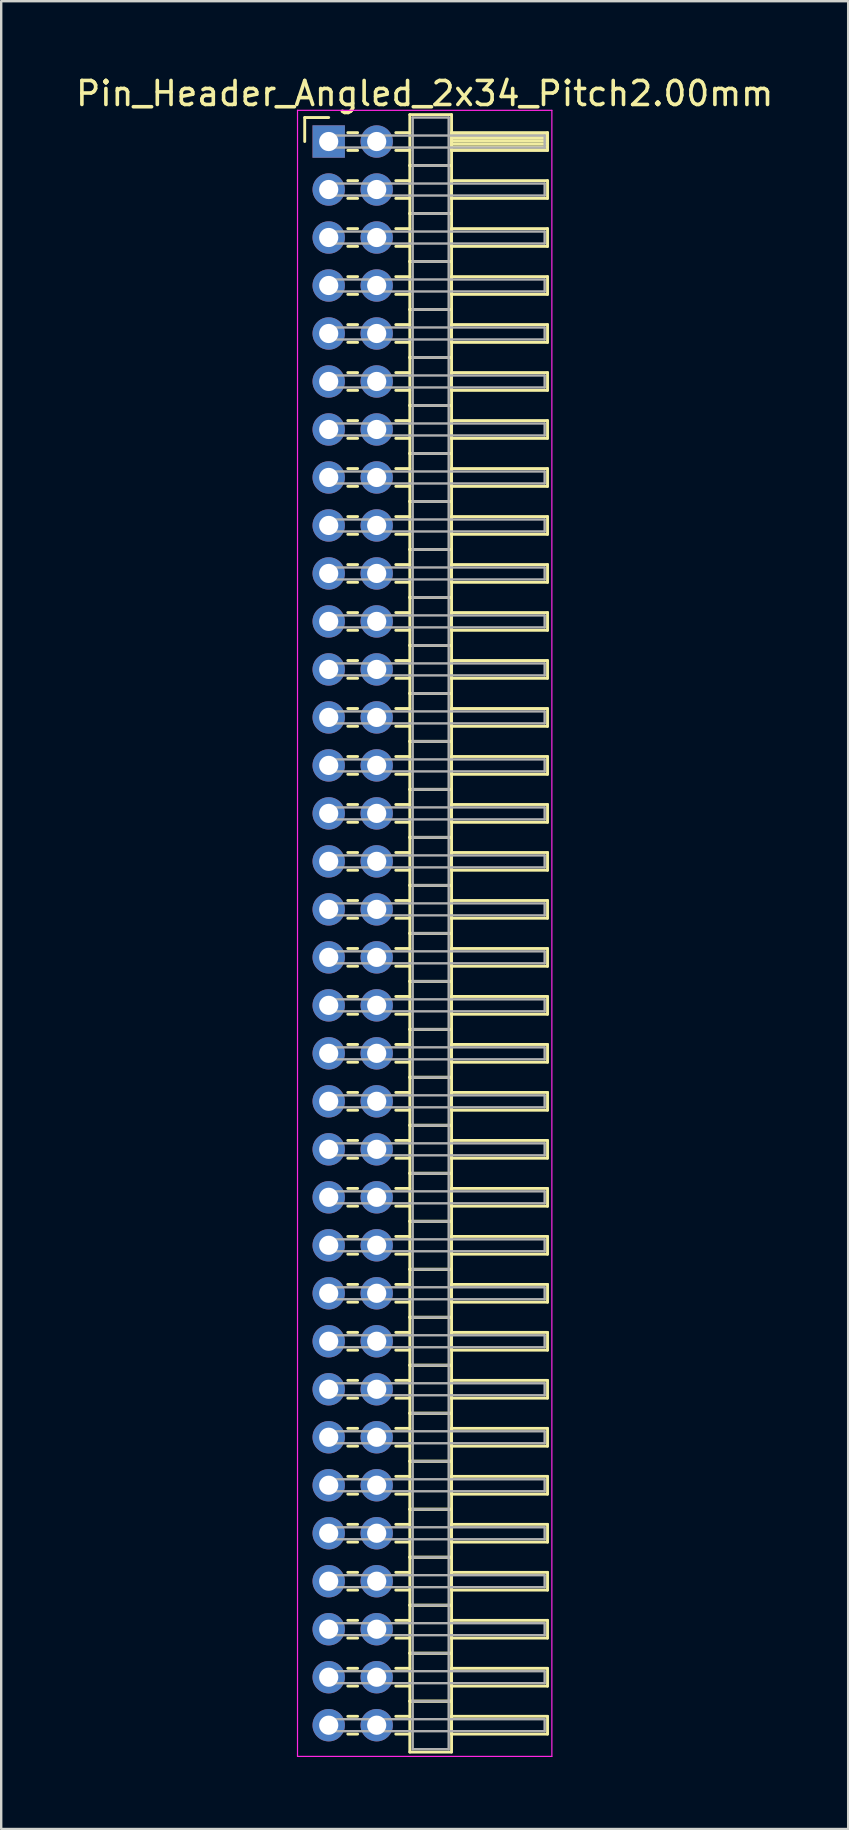
<source format=kicad_pcb>
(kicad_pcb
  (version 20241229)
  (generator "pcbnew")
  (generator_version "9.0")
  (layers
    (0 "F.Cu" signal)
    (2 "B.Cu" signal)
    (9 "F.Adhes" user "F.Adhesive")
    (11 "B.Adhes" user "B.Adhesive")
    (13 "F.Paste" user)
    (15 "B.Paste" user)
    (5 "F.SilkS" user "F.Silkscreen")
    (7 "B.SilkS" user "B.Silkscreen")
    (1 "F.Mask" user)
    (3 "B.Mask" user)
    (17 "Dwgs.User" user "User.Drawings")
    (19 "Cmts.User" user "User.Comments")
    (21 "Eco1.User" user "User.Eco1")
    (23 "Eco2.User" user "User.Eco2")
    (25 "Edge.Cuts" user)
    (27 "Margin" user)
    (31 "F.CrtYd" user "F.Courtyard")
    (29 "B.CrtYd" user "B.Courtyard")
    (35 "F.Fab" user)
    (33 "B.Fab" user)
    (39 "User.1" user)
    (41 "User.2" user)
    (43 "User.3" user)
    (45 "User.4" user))
  (footprint "Pin_Header_Angled_2x34_Pitch2.00mm"
    (layer "F.Cu")
    (at 10.649 2.848)
    (property "Reference" "Pin_Header_Angled_2x34_Pitch2.00mm" (at 4 -2 0) (layer "F.SilkS") (effects (font (size 1 1) (thickness 0.15))))
    (attr through_hole)
    (fp_line (start -1 -1) (end 0 -1) (stroke (width 0.12) (type solid)) (layer "F.SilkS"))
    (fp_line (start -1 0) (end -1 -1) (stroke (width 0.12) (type solid)) (layer "F.SilkS"))
    (fp_line (start 0.795 -0.37) (end 1.205 -0.37) (stroke (width 0.12) (type solid)) (layer "F.SilkS"))
    (fp_line (start 0.795 0.37) (end 1.205 0.37) (stroke (width 0.12) (type solid)) (layer "F.SilkS"))
    (fp_line (start 0.795 1.63) (end 1.205 1.63) (stroke (width 0.12) (type solid)) (layer "F.SilkS"))
    (fp_line (start 0.795 2.37) (end 1.205 2.37) (stroke (width 0.12) (type solid)) (layer "F.SilkS"))
    (fp_line (start 0.795 3.63) (end 1.205 3.63) (stroke (width 0.12) (type solid)) (layer "F.SilkS"))
    (fp_line (start 0.795 4.37) (end 1.205 4.37) (stroke (width 0.12) (type solid)) (layer "F.SilkS"))
    (fp_line (start 0.795 5.63) (end 1.205 5.63) (stroke (width 0.12) (type solid)) (layer "F.SilkS"))
    (fp_line (start 0.795 6.37) (end 1.205 6.37) (stroke (width 0.12) (type solid)) (layer "F.SilkS"))
    (fp_line (start 0.795 7.63) (end 1.205 7.63) (stroke (width 0.12) (type solid)) (layer "F.SilkS"))
    (fp_line (start 0.795 8.37) (end 1.205 8.37) (stroke (width 0.12) (type solid)) (layer "F.SilkS"))
    (fp_line (start 0.795 9.63) (end 1.205 9.63) (stroke (width 0.12) (type solid)) (layer "F.SilkS"))
    (fp_line (start 0.795 10.37) (end 1.205 10.37) (stroke (width 0.12) (type solid)) (layer "F.SilkS"))
    (fp_line (start 0.795 11.63) (end 1.205 11.63) (stroke (width 0.12) (type solid)) (layer "F.SilkS"))
    (fp_line (start 0.795 12.37) (end 1.205 12.37) (stroke (width 0.12) (type solid)) (layer "F.SilkS"))
    (fp_line (start 0.795 13.63) (end 1.205 13.63) (stroke (width 0.12) (type solid)) (layer "F.SilkS"))
    (fp_line (start 0.795 14.37) (end 1.205 14.37) (stroke (width 0.12) (type solid)) (layer "F.SilkS"))
    (fp_line (start 0.795 15.63) (end 1.205 15.63) (stroke (width 0.12) (type solid)) (layer "F.SilkS"))
    (fp_line (start 0.795 16.37) (end 1.205 16.37) (stroke (width 0.12) (type solid)) (layer "F.SilkS"))
    (fp_line (start 0.795 17.63) (end 1.205 17.63) (stroke (width 0.12) (type solid)) (layer "F.SilkS"))
    (fp_line (start 0.795 18.37) (end 1.205 18.37) (stroke (width 0.12) (type solid)) (layer "F.SilkS"))
    (fp_line (start 0.795 19.63) (end 1.205 19.63) (stroke (width 0.12) (type solid)) (layer "F.SilkS"))
    (fp_line (start 0.795 20.37) (end 1.205 20.37) (stroke (width 0.12) (type solid)) (layer "F.SilkS"))
    (fp_line (start 0.795 21.63) (end 1.205 21.63) (stroke (width 0.12) (type solid)) (layer "F.SilkS"))
    (fp_line (start 0.795 22.37) (end 1.205 22.37) (stroke (width 0.12) (type solid)) (layer "F.SilkS"))
    (fp_line (start 0.795 23.63) (end 1.205 23.63) (stroke (width 0.12) (type solid)) (layer "F.SilkS"))
    (fp_line (start 0.795 24.37) (end 1.205 24.37) (stroke (width 0.12) (type solid)) (layer "F.SilkS"))
    (fp_line (start 0.795 25.63) (end 1.205 25.63) (stroke (width 0.12) (type solid)) (layer "F.SilkS"))
    (fp_line (start 0.795 26.37) (end 1.205 26.37) (stroke (width 0.12) (type solid)) (layer "F.SilkS"))
    (fp_line (start 0.795 27.63) (end 1.205 27.63) (stroke (width 0.12) (type solid)) (layer "F.SilkS"))
    (fp_line (start 0.795 28.37) (end 1.205 28.37) (stroke (width 0.12) (type solid)) (layer "F.SilkS"))
    (fp_line (start 0.795 29.63) (end 1.205 29.63) (stroke (width 0.12) (type solid)) (layer "F.SilkS"))
    (fp_line (start 0.795 30.37) (end 1.205 30.37) (stroke (width 0.12) (type solid)) (layer "F.SilkS"))
    (fp_line (start 0.795 31.63) (end 1.205 31.63) (stroke (width 0.12) (type solid)) (layer "F.SilkS"))
    (fp_line (start 0.795 32.37) (end 1.205 32.37) (stroke (width 0.12) (type solid)) (layer "F.SilkS"))
    (fp_line (start 0.795 33.63) (end 1.205 33.63) (stroke (width 0.12) (type solid)) (layer "F.SilkS"))
    (fp_line (start 0.795 34.37) (end 1.205 34.37) (stroke (width 0.12) (type solid)) (layer "F.SilkS"))
    (fp_line (start 0.795 35.63) (end 1.205 35.63) (stroke (width 0.12) (type solid)) (layer "F.SilkS"))
    (fp_line (start 0.795 36.37) (end 1.205 36.37) (stroke (width 0.12) (type solid)) (layer "F.SilkS"))
    (fp_line (start 0.795 37.63) (end 1.205 37.63) (stroke (width 0.12) (type solid)) (layer "F.SilkS"))
    (fp_line (start 0.795 38.37) (end 1.205 38.37) (stroke (width 0.12) (type solid)) (layer "F.SilkS"))
    (fp_line (start 0.795 39.63) (end 1.205 39.63) (stroke (width 0.12) (type solid)) (layer "F.SilkS"))
    (fp_line (start 0.795 40.37) (end 1.205 40.37) (stroke (width 0.12) (type solid)) (layer "F.SilkS"))
    (fp_line (start 0.795 41.63) (end 1.205 41.63) (stroke (width 0.12) (type solid)) (layer "F.SilkS"))
    (fp_line (start 0.795 42.37) (end 1.205 42.37) (stroke (width 0.12) (type solid)) (layer "F.SilkS"))
    (fp_line (start 0.795 43.63) (end 1.205 43.63) (stroke (width 0.12) (type solid)) (layer "F.SilkS"))
    (fp_line (start 0.795 44.37) (end 1.205 44.37) (stroke (width 0.12) (type solid)) (layer "F.SilkS"))
    (fp_line (start 0.795 45.63) (end 1.205 45.63) (stroke (width 0.12) (type solid)) (layer "F.SilkS"))
    (fp_line (start 0.795 46.37) (end 1.205 46.37) (stroke (width 0.12) (type solid)) (layer "F.SilkS"))
    (fp_line (start 0.795 47.63) (end 1.205 47.63) (stroke (width 0.12) (type solid)) (layer "F.SilkS"))
    (fp_line (start 0.795 48.37) (end 1.205 48.37) (stroke (width 0.12) (type solid)) (layer "F.SilkS"))
    (fp_line (start 0.795 49.63) (end 1.205 49.63) (stroke (width 0.12) (type solid)) (layer "F.SilkS"))
    (fp_line (start 0.795 50.37) (end 1.205 50.37) (stroke (width 0.12) (type solid)) (layer "F.SilkS"))
    (fp_line (start 0.795 51.63) (end 1.205 51.63) (stroke (width 0.12) (type solid)) (layer "F.SilkS"))
    (fp_line (start 0.795 52.37) (end 1.205 52.37) (stroke (width 0.12) (type solid)) (layer "F.SilkS"))
    (fp_line (start 0.795 53.63) (end 1.205 53.63) (stroke (width 0.12) (type solid)) (layer "F.SilkS"))
    (fp_line (start 0.795 54.37) (end 1.205 54.37) (stroke (width 0.12) (type solid)) (layer "F.SilkS"))
    (fp_line (start 0.795 55.63) (end 1.205 55.63) (stroke (width 0.12) (type solid)) (layer "F.SilkS"))
    (fp_line (start 0.795 56.37) (end 1.205 56.37) (stroke (width 0.12) (type solid)) (layer "F.SilkS"))
    (fp_line (start 0.795 57.63) (end 1.205 57.63) (stroke (width 0.12) (type solid)) (layer "F.SilkS"))
    (fp_line (start 0.795 58.37) (end 1.205 58.37) (stroke (width 0.12) (type solid)) (layer "F.SilkS"))
    (fp_line (start 0.795 59.63) (end 1.205 59.63) (stroke (width 0.12) (type solid)) (layer "F.SilkS"))
    (fp_line (start 0.795 60.37) (end 1.205 60.37) (stroke (width 0.12) (type solid)) (layer "F.SilkS"))
    (fp_line (start 0.795 61.63) (end 1.205 61.63) (stroke (width 0.12) (type solid)) (layer "F.SilkS"))
    (fp_line (start 0.795 62.37) (end 1.205 62.37) (stroke (width 0.12) (type solid)) (layer "F.SilkS"))
    (fp_line (start 0.795 63.63) (end 1.205 63.63) (stroke (width 0.12) (type solid)) (layer "F.SilkS"))
    (fp_line (start 0.795 64.37) (end 1.205 64.37) (stroke (width 0.12) (type solid)) (layer "F.SilkS"))
    (fp_line (start 0.795 65.63) (end 1.205 65.63) (stroke (width 0.12) (type solid)) (layer "F.SilkS"))
    (fp_line (start 0.795 66.37) (end 1.205 66.37) (stroke (width 0.12) (type solid)) (layer "F.SilkS"))
    (fp_line (start 2.795 -0.37) (end 3.38 -0.37) (stroke (width 0.12) (type solid)) (layer "F.SilkS"))
    (fp_line (start 2.795 0.37) (end 3.38 0.37) (stroke (width 0.12) (type solid)) (layer "F.SilkS"))
    (fp_line (start 2.795 1.63) (end 3.38 1.63) (stroke (width 0.12) (type solid)) (layer "F.SilkS"))
    (fp_line (start 2.795 2.37) (end 3.38 2.37) (stroke (width 0.12) (type solid)) (layer "F.SilkS"))
    (fp_line (start 2.795 3.63) (end 3.38 3.63) (stroke (width 0.12) (type solid)) (layer "F.SilkS"))
    (fp_line (start 2.795 4.37) (end 3.38 4.37) (stroke (width 0.12) (type solid)) (layer "F.SilkS"))
    (fp_line (start 2.795 5.63) (end 3.38 5.63) (stroke (width 0.12) (type solid)) (layer "F.SilkS"))
    (fp_line (start 2.795 6.37) (end 3.38 6.37) (stroke (width 0.12) (type solid)) (layer "F.SilkS"))
    (fp_line (start 2.795 7.63) (end 3.38 7.63) (stroke (width 0.12) (type solid)) (layer "F.SilkS"))
    (fp_line (start 2.795 8.37) (end 3.38 8.37) (stroke (width 0.12) (type solid)) (layer "F.SilkS"))
    (fp_line (start 2.795 9.63) (end 3.38 9.63) (stroke (width 0.12) (type solid)) (layer "F.SilkS"))
    (fp_line (start 2.795 10.37) (end 3.38 10.37) (stroke (width 0.12) (type solid)) (layer "F.SilkS"))
    (fp_line (start 2.795 11.63) (end 3.38 11.63) (stroke (width 0.12) (type solid)) (layer "F.SilkS"))
    (fp_line (start 2.795 12.37) (end 3.38 12.37) (stroke (width 0.12) (type solid)) (layer "F.SilkS"))
    (fp_line (start 2.795 13.63) (end 3.38 13.63) (stroke (width 0.12) (type solid)) (layer "F.SilkS"))
    (fp_line (start 2.795 14.37) (end 3.38 14.37) (stroke (width 0.12) (type solid)) (layer "F.SilkS"))
    (fp_line (start 2.795 15.63) (end 3.38 15.63) (stroke (width 0.12) (type solid)) (layer "F.SilkS"))
    (fp_line (start 2.795 16.37) (end 3.38 16.37) (stroke (width 0.12) (type solid)) (layer "F.SilkS"))
    (fp_line (start 2.795 17.63) (end 3.38 17.63) (stroke (width 0.12) (type solid)) (layer "F.SilkS"))
    (fp_line (start 2.795 18.37) (end 3.38 18.37) (stroke (width 0.12) (type solid)) (layer "F.SilkS"))
    (fp_line (start 2.795 19.63) (end 3.38 19.63) (stroke (width 0.12) (type solid)) (layer "F.SilkS"))
    (fp_line (start 2.795 20.37) (end 3.38 20.37) (stroke (width 0.12) (type solid)) (layer "F.SilkS"))
    (fp_line (start 2.795 21.63) (end 3.38 21.63) (stroke (width 0.12) (type solid)) (layer "F.SilkS"))
    (fp_line (start 2.795 22.37) (end 3.38 22.37) (stroke (width 0.12) (type solid)) (layer "F.SilkS"))
    (fp_line (start 2.795 23.63) (end 3.38 23.63) (stroke (width 0.12) (type solid)) (layer "F.SilkS"))
    (fp_line (start 2.795 24.37) (end 3.38 24.37) (stroke (width 0.12) (type solid)) (layer "F.SilkS"))
    (fp_line (start 2.795 25.63) (end 3.38 25.63) (stroke (width 0.12) (type solid)) (layer "F.SilkS"))
    (fp_line (start 2.795 26.37) (end 3.38 26.37) (stroke (width 0.12) (type solid)) (layer "F.SilkS"))
    (fp_line (start 2.795 27.63) (end 3.38 27.63) (stroke (width 0.12) (type solid)) (layer "F.SilkS"))
    (fp_line (start 2.795 28.37) (end 3.38 28.37) (stroke (width 0.12) (type solid)) (layer "F.SilkS"))
    (fp_line (start 2.795 29.63) (end 3.38 29.63) (stroke (width 0.12) (type solid)) (layer "F.SilkS"))
    (fp_line (start 2.795 30.37) (end 3.38 30.37) (stroke (width 0.12) (type solid)) (layer "F.SilkS"))
    (fp_line (start 2.795 31.63) (end 3.38 31.63) (stroke (width 0.12) (type solid)) (layer "F.SilkS"))
    (fp_line (start 2.795 32.37) (end 3.38 32.37) (stroke (width 0.12) (type solid)) (layer "F.SilkS"))
    (fp_line (start 2.795 33.63) (end 3.38 33.63) (stroke (width 0.12) (type solid)) (layer "F.SilkS"))
    (fp_line (start 2.795 34.37) (end 3.38 34.37) (stroke (width 0.12) (type solid)) (layer "F.SilkS"))
    (fp_line (start 2.795 35.63) (end 3.38 35.63) (stroke (width 0.12) (type solid)) (layer "F.SilkS"))
    (fp_line (start 2.795 36.37) (end 3.38 36.37) (stroke (width 0.12) (type solid)) (layer "F.SilkS"))
    (fp_line (start 2.795 37.63) (end 3.38 37.63) (stroke (width 0.12) (type solid)) (layer "F.SilkS"))
    (fp_line (start 2.795 38.37) (end 3.38 38.37) (stroke (width 0.12) (type solid)) (layer "F.SilkS"))
    (fp_line (start 2.795 39.63) (end 3.38 39.63) (stroke (width 0.12) (type solid)) (layer "F.SilkS"))
    (fp_line (start 2.795 40.37) (end 3.38 40.37) (stroke (width 0.12) (type solid)) (layer "F.SilkS"))
    (fp_line (start 2.795 41.63) (end 3.38 41.63) (stroke (width 0.12) (type solid)) (layer "F.SilkS"))
    (fp_line (start 2.795 42.37) (end 3.38 42.37) (stroke (width 0.12) (type solid)) (layer "F.SilkS"))
    (fp_line (start 2.795 43.63) (end 3.38 43.63) (stroke (width 0.12) (type solid)) (layer "F.SilkS"))
    (fp_line (start 2.795 44.37) (end 3.38 44.37) (stroke (width 0.12) (type solid)) (layer "F.SilkS"))
    (fp_line (start 2.795 45.63) (end 3.38 45.63) (stroke (width 0.12) (type solid)) (layer "F.SilkS"))
    (fp_line (start 2.795 46.37) (end 3.38 46.37) (stroke (width 0.12) (type solid)) (layer "F.SilkS"))
    (fp_line (start 2.795 47.63) (end 3.38 47.63) (stroke (width 0.12) (type solid)) (layer "F.SilkS"))
    (fp_line (start 2.795 48.37) (end 3.38 48.37) (stroke (width 0.12) (type solid)) (layer "F.SilkS"))
    (fp_line (start 2.795 49.63) (end 3.38 49.63) (stroke (width 0.12) (type solid)) (layer "F.SilkS"))
    (fp_line (start 2.795 50.37) (end 3.38 50.37) (stroke (width 0.12) (type solid)) (layer "F.SilkS"))
    (fp_line (start 2.795 51.63) (end 3.38 51.63) (stroke (width 0.12) (type solid)) (layer "F.SilkS"))
    (fp_line (start 2.795 52.37) (end 3.38 52.37) (stroke (width 0.12) (type solid)) (layer "F.SilkS"))
    (fp_line (start 2.795 53.63) (end 3.38 53.63) (stroke (width 0.12) (type solid)) (layer "F.SilkS"))
    (fp_line (start 2.795 54.37) (end 3.38 54.37) (stroke (width 0.12) (type solid)) (layer "F.SilkS"))
    (fp_line (start 2.795 55.63) (end 3.38 55.63) (stroke (width 0.12) (type solid)) (layer "F.SilkS"))
    (fp_line (start 2.795 56.37) (end 3.38 56.37) (stroke (width 0.12) (type solid)) (layer "F.SilkS"))
    (fp_line (start 2.795 57.63) (end 3.38 57.63) (stroke (width 0.12) (type solid)) (layer "F.SilkS"))
    (fp_line (start 2.795 58.37) (end 3.38 58.37) (stroke (width 0.12) (type solid)) (layer "F.SilkS"))
    (fp_line (start 2.795 59.63) (end 3.38 59.63) (stroke (width 0.12) (type solid)) (layer "F.SilkS"))
    (fp_line (start 2.795 60.37) (end 3.38 60.37) (stroke (width 0.12) (type solid)) (layer "F.SilkS"))
    (fp_line (start 2.795 61.63) (end 3.38 61.63) (stroke (width 0.12) (type solid)) (layer "F.SilkS"))
    (fp_line (start 2.795 62.37) (end 3.38 62.37) (stroke (width 0.12) (type solid)) (layer "F.SilkS"))
    (fp_line (start 2.795 63.63) (end 3.38 63.63) (stroke (width 0.12) (type solid)) (layer "F.SilkS"))
    (fp_line (start 2.795 64.37) (end 3.38 64.37) (stroke (width 0.12) (type solid)) (layer "F.SilkS"))
    (fp_line (start 2.795 65.63) (end 3.38 65.63) (stroke (width 0.12) (type solid)) (layer "F.SilkS"))
    (fp_line (start 2.795 66.37) (end 3.38 66.37) (stroke (width 0.12) (type solid)) (layer "F.SilkS"))
    (fp_line (start 3.38 -1.12) (end 3.38 1) (stroke (width 0.12) (type solid)) (layer "F.SilkS"))
    (fp_line (start 3.38 1) (end 3.38 3) (stroke (width 0.12) (type solid)) (layer "F.SilkS"))
    (fp_line (start 3.38 1) (end 5.12 1) (stroke (width 0.12) (type solid)) (layer "F.SilkS"))
    (fp_line (start 3.38 3) (end 3.38 5) (stroke (width 0.12) (type solid)) (layer "F.SilkS"))
    (fp_line (start 3.38 3) (end 5.12 3) (stroke (width 0.12) (type solid)) (layer "F.SilkS"))
    (fp_line (start 3.38 5) (end 3.38 7) (stroke (width 0.12) (type solid)) (layer "F.SilkS"))
    (fp_line (start 3.38 5) (end 5.12 5) (stroke (width 0.12) (type solid)) (layer "F.SilkS"))
    (fp_line (start 3.38 7) (end 3.38 9) (stroke (width 0.12) (type solid)) (layer "F.SilkS"))
    (fp_line (start 3.38 7) (end 5.12 7) (stroke (width 0.12) (type solid)) (layer "F.SilkS"))
    (fp_line (start 3.38 9) (end 3.38 11) (stroke (width 0.12) (type solid)) (layer "F.SilkS"))
    (fp_line (start 3.38 9) (end 5.12 9) (stroke (width 0.12) (type solid)) (layer "F.SilkS"))
    (fp_line (start 3.38 11) (end 3.38 13) (stroke (width 0.12) (type solid)) (layer "F.SilkS"))
    (fp_line (start 3.38 11) (end 5.12 11) (stroke (width 0.12) (type solid)) (layer "F.SilkS"))
    (fp_line (start 3.38 13) (end 3.38 15) (stroke (width 0.12) (type solid)) (layer "F.SilkS"))
    (fp_line (start 3.38 13) (end 5.12 13) (stroke (width 0.12) (type solid)) (layer "F.SilkS"))
    (fp_line (start 3.38 15) (end 3.38 17) (stroke (width 0.12) (type solid)) (layer "F.SilkS"))
    (fp_line (start 3.38 15) (end 5.12 15) (stroke (width 0.12) (type solid)) (layer "F.SilkS"))
    (fp_line (start 3.38 17) (end 3.38 19) (stroke (width 0.12) (type solid)) (layer "F.SilkS"))
    (fp_line (start 3.38 17) (end 5.12 17) (stroke (width 0.12) (type solid)) (layer "F.SilkS"))
    (fp_line (start 3.38 19) (end 3.38 21) (stroke (width 0.12) (type solid)) (layer "F.SilkS"))
    (fp_line (start 3.38 19) (end 5.12 19) (stroke (width 0.12) (type solid)) (layer "F.SilkS"))
    (fp_line (start 3.38 21) (end 3.38 23) (stroke (width 0.12) (type solid)) (layer "F.SilkS"))
    (fp_line (start 3.38 21) (end 5.12 21) (stroke (width 0.12) (type solid)) (layer "F.SilkS"))
    (fp_line (start 3.38 23) (end 3.38 25) (stroke (width 0.12) (type solid)) (layer "F.SilkS"))
    (fp_line (start 3.38 23) (end 5.12 23) (stroke (width 0.12) (type solid)) (layer "F.SilkS"))
    (fp_line (start 3.38 25) (end 3.38 27) (stroke (width 0.12) (type solid)) (layer "F.SilkS"))
    (fp_line (start 3.38 25) (end 5.12 25) (stroke (width 0.12) (type solid)) (layer "F.SilkS"))
    (fp_line (start 3.38 27) (end 3.38 29) (stroke (width 0.12) (type solid)) (layer "F.SilkS"))
    (fp_line (start 3.38 27) (end 5.12 27) (stroke (width 0.12) (type solid)) (layer "F.SilkS"))
    (fp_line (start 3.38 29) (end 3.38 31) (stroke (width 0.12) (type solid)) (layer "F.SilkS"))
    (fp_line (start 3.38 29) (end 5.12 29) (stroke (width 0.12) (type solid)) (layer "F.SilkS"))
    (fp_line (start 3.38 31) (end 3.38 33) (stroke (width 0.12) (type solid)) (layer "F.SilkS"))
    (fp_line (start 3.38 31) (end 5.12 31) (stroke (width 0.12) (type solid)) (layer "F.SilkS"))
    (fp_line (start 3.38 33) (end 3.38 35) (stroke (width 0.12) (type solid)) (layer "F.SilkS"))
    (fp_line (start 3.38 33) (end 5.12 33) (stroke (width 0.12) (type solid)) (layer "F.SilkS"))
    (fp_line (start 3.38 35) (end 3.38 37) (stroke (width 0.12) (type solid)) (layer "F.SilkS"))
    (fp_line (start 3.38 35) (end 5.12 35) (stroke (width 0.12) (type solid)) (layer "F.SilkS"))
    (fp_line (start 3.38 37) (end 3.38 39) (stroke (width 0.12) (type solid)) (layer "F.SilkS"))
    (fp_line (start 3.38 37) (end 5.12 37) (stroke (width 0.12) (type solid)) (layer "F.SilkS"))
    (fp_line (start 3.38 39) (end 3.38 41) (stroke (width 0.12) (type solid)) (layer "F.SilkS"))
    (fp_line (start 3.38 39) (end 5.12 39) (stroke (width 0.12) (type solid)) (layer "F.SilkS"))
    (fp_line (start 3.38 41) (end 3.38 43) (stroke (width 0.12) (type solid)) (layer "F.SilkS"))
    (fp_line (start 3.38 41) (end 5.12 41) (stroke (width 0.12) (type solid)) (layer "F.SilkS"))
    (fp_line (start 3.38 43) (end 3.38 45) (stroke (width 0.12) (type solid)) (layer "F.SilkS"))
    (fp_line (start 3.38 43) (end 5.12 43) (stroke (width 0.12) (type solid)) (layer "F.SilkS"))
    (fp_line (start 3.38 45) (end 3.38 47) (stroke (width 0.12) (type solid)) (layer "F.SilkS"))
    (fp_line (start 3.38 45) (end 5.12 45) (stroke (width 0.12) (type solid)) (layer "F.SilkS"))
    (fp_line (start 3.38 47) (end 3.38 49) (stroke (width 0.12) (type solid)) (layer "F.SilkS"))
    (fp_line (start 3.38 47) (end 5.12 47) (stroke (width 0.12) (type solid)) (layer "F.SilkS"))
    (fp_line (start 3.38 49) (end 3.38 51) (stroke (width 0.12) (type solid)) (layer "F.SilkS"))
    (fp_line (start 3.38 49) (end 5.12 49) (stroke (width 0.12) (type solid)) (layer "F.SilkS"))
    (fp_line (start 3.38 51) (end 3.38 53) (stroke (width 0.12) (type solid)) (layer "F.SilkS"))
    (fp_line (start 3.38 51) (end 5.12 51) (stroke (width 0.12) (type solid)) (layer "F.SilkS"))
    (fp_line (start 3.38 53) (end 3.38 55) (stroke (width 0.12) (type solid)) (layer "F.SilkS"))
    (fp_line (start 3.38 53) (end 5.12 53) (stroke (width 0.12) (type solid)) (layer "F.SilkS"))
    (fp_line (start 3.38 55) (end 3.38 57) (stroke (width 0.12) (type solid)) (layer "F.SilkS"))
    (fp_line (start 3.38 55) (end 5.12 55) (stroke (width 0.12) (type solid)) (layer "F.SilkS"))
    (fp_line (start 3.38 57) (end 3.38 59) (stroke (width 0.12) (type solid)) (layer "F.SilkS"))
    (fp_line (start 3.38 57) (end 5.12 57) (stroke (width 0.12) (type solid)) (layer "F.SilkS"))
    (fp_line (start 3.38 59) (end 3.38 61) (stroke (width 0.12) (type solid)) (layer "F.SilkS"))
    (fp_line (start 3.38 59) (end 5.12 59) (stroke (width 0.12) (type solid)) (layer "F.SilkS"))
    (fp_line (start 3.38 61) (end 3.38 63) (stroke (width 0.12) (type solid)) (layer "F.SilkS"))
    (fp_line (start 3.38 61) (end 5.12 61) (stroke (width 0.12) (type solid)) (layer "F.SilkS"))
    (fp_line (start 3.38 63) (end 3.38 65) (stroke (width 0.12) (type solid)) (layer "F.SilkS"))
    (fp_line (start 3.38 63) (end 5.12 63) (stroke (width 0.12) (type solid)) (layer "F.SilkS"))
    (fp_line (start 3.38 65) (end 3.38 67.12) (stroke (width 0.12) (type solid)) (layer "F.SilkS"))
    (fp_line (start 3.38 65) (end 5.12 65) (stroke (width 0.12) (type solid)) (layer "F.SilkS"))
    (fp_line (start 3.38 67.12) (end 5.12 67.12) (stroke (width 0.12) (type solid)) (layer "F.SilkS"))
    (fp_line (start 5.12 -1.12) (end 3.38 -1.12) (stroke (width 0.12) (type solid)) (layer "F.SilkS"))
    (fp_line (start 5.12 -0.37) (end 5.12 0.37) (stroke (width 0.12) (type solid)) (layer "F.SilkS"))
    (fp_line (start 5.12 -0.25) (end 9.12 -0.25) (stroke (width 0.12) (type solid)) (layer "F.SilkS"))
    (fp_line (start 5.12 -0.13) (end 9.12 -0.13) (stroke (width 0.12) (type solid)) (layer "F.SilkS"))
    (fp_line (start 5.12 -0.01) (end 9.12 -0.01) (stroke (width 0.12) (type solid)) (layer "F.SilkS"))
    (fp_line (start 5.12 0.11) (end 9.12 0.11) (stroke (width 0.12) (type solid)) (layer "F.SilkS"))
    (fp_line (start 5.12 0.23) (end 9.12 0.23) (stroke (width 0.12) (type solid)) (layer "F.SilkS"))
    (fp_line (start 5.12 0.35) (end 9.12 0.35) (stroke (width 0.12) (type solid)) (layer "F.SilkS"))
    (fp_line (start 5.12 0.37) (end 9.12 0.37) (stroke (width 0.12) (type solid)) (layer "F.SilkS"))
    (fp_line (start 5.12 1) (end 3.38 1) (stroke (width 0.12) (type solid)) (layer "F.SilkS"))
    (fp_line (start 5.12 1) (end 5.12 -1.12) (stroke (width 0.12) (type solid)) (layer "F.SilkS"))
    (fp_line (start 5.12 1.63) (end 5.12 2.37) (stroke (width 0.12) (type solid)) (layer "F.SilkS"))
    (fp_line (start 5.12 2.37) (end 9.12 2.37) (stroke (width 0.12) (type solid)) (layer "F.SilkS"))
    (fp_line (start 5.12 3) (end 3.38 3) (stroke (width 0.12) (type solid)) (layer "F.SilkS"))
    (fp_line (start 5.12 3) (end 5.12 1) (stroke (width 0.12) (type solid)) (layer "F.SilkS"))
    (fp_line (start 5.12 3.63) (end 5.12 4.37) (stroke (width 0.12) (type solid)) (layer "F.SilkS"))
    (fp_line (start 5.12 4.37) (end 9.12 4.37) (stroke (width 0.12) (type solid)) (layer "F.SilkS"))
    (fp_line (start 5.12 5) (end 3.38 5) (stroke (width 0.12) (type solid)) (layer "F.SilkS"))
    (fp_line (start 5.12 5) (end 5.12 3) (stroke (width 0.12) (type solid)) (layer "F.SilkS"))
    (fp_line (start 5.12 5.63) (end 5.12 6.37) (stroke (width 0.12) (type solid)) (layer "F.SilkS"))
    (fp_line (start 5.12 6.37) (end 9.12 6.37) (stroke (width 0.12) (type solid)) (layer "F.SilkS"))
    (fp_line (start 5.12 7) (end 3.38 7) (stroke (width 0.12) (type solid)) (layer "F.SilkS"))
    (fp_line (start 5.12 7) (end 5.12 5) (stroke (width 0.12) (type solid)) (layer "F.SilkS"))
    (fp_line (start 5.12 7.63) (end 5.12 8.37) (stroke (width 0.12) (type solid)) (layer "F.SilkS"))
    (fp_line (start 5.12 8.37) (end 9.12 8.37) (stroke (width 0.12) (type solid)) (layer "F.SilkS"))
    (fp_line (start 5.12 9) (end 3.38 9) (stroke (width 0.12) (type solid)) (layer "F.SilkS"))
    (fp_line (start 5.12 9) (end 5.12 7) (stroke (width 0.12) (type solid)) (layer "F.SilkS"))
    (fp_line (start 5.12 9.63) (end 5.12 10.37) (stroke (width 0.12) (type solid)) (layer "F.SilkS"))
    (fp_line (start 5.12 10.37) (end 9.12 10.37) (stroke (width 0.12) (type solid)) (layer "F.SilkS"))
    (fp_line (start 5.12 11) (end 3.38 11) (stroke (width 0.12) (type solid)) (layer "F.SilkS"))
    (fp_line (start 5.12 11) (end 5.12 9) (stroke (width 0.12) (type solid)) (layer "F.SilkS"))
    (fp_line (start 5.12 11.63) (end 5.12 12.37) (stroke (width 0.12) (type solid)) (layer "F.SilkS"))
    (fp_line (start 5.12 12.37) (end 9.12 12.37) (stroke (width 0.12) (type solid)) (layer "F.SilkS"))
    (fp_line (start 5.12 13) (end 3.38 13) (stroke (width 0.12) (type solid)) (layer "F.SilkS"))
    (fp_line (start 5.12 13) (end 5.12 11) (stroke (width 0.12) (type solid)) (layer "F.SilkS"))
    (fp_line (start 5.12 13.63) (end 5.12 14.37) (stroke (width 0.12) (type solid)) (layer "F.SilkS"))
    (fp_line (start 5.12 14.37) (end 9.12 14.37) (stroke (width 0.12) (type solid)) (layer "F.SilkS"))
    (fp_line (start 5.12 15) (end 3.38 15) (stroke (width 0.12) (type solid)) (layer "F.SilkS"))
    (fp_line (start 5.12 15) (end 5.12 13) (stroke (width 0.12) (type solid)) (layer "F.SilkS"))
    (fp_line (start 5.12 15.63) (end 5.12 16.37) (stroke (width 0.12) (type solid)) (layer "F.SilkS"))
    (fp_line (start 5.12 16.37) (end 9.12 16.37) (stroke (width 0.12) (type solid)) (layer "F.SilkS"))
    (fp_line (start 5.12 17) (end 3.38 17) (stroke (width 0.12) (type solid)) (layer "F.SilkS"))
    (fp_line (start 5.12 17) (end 5.12 15) (stroke (width 0.12) (type solid)) (layer "F.SilkS"))
    (fp_line (start 5.12 17.63) (end 5.12 18.37) (stroke (width 0.12) (type solid)) (layer "F.SilkS"))
    (fp_line (start 5.12 18.37) (end 9.12 18.37) (stroke (width 0.12) (type solid)) (layer "F.SilkS"))
    (fp_line (start 5.12 19) (end 3.38 19) (stroke (width 0.12) (type solid)) (layer "F.SilkS"))
    (fp_line (start 5.12 19) (end 5.12 17) (stroke (width 0.12) (type solid)) (layer "F.SilkS"))
    (fp_line (start 5.12 19.63) (end 5.12 20.37) (stroke (width 0.12) (type solid)) (layer "F.SilkS"))
    (fp_line (start 5.12 20.37) (end 9.12 20.37) (stroke (width 0.12) (type solid)) (layer "F.SilkS"))
    (fp_line (start 5.12 21) (end 3.38 21) (stroke (width 0.12) (type solid)) (layer "F.SilkS"))
    (fp_line (start 5.12 21) (end 5.12 19) (stroke (width 0.12) (type solid)) (layer "F.SilkS"))
    (fp_line (start 5.12 21.63) (end 5.12 22.37) (stroke (width 0.12) (type solid)) (layer "F.SilkS"))
    (fp_line (start 5.12 22.37) (end 9.12 22.37) (stroke (width 0.12) (type solid)) (layer "F.SilkS"))
    (fp_line (start 5.12 23) (end 3.38 23) (stroke (width 0.12) (type solid)) (layer "F.SilkS"))
    (fp_line (start 5.12 23) (end 5.12 21) (stroke (width 0.12) (type solid)) (layer "F.SilkS"))
    (fp_line (start 5.12 23.63) (end 5.12 24.37) (stroke (width 0.12) (type solid)) (layer "F.SilkS"))
    (fp_line (start 5.12 24.37) (end 9.12 24.37) (stroke (width 0.12) (type solid)) (layer "F.SilkS"))
    (fp_line (start 5.12 25) (end 3.38 25) (stroke (width 0.12) (type solid)) (layer "F.SilkS"))
    (fp_line (start 5.12 25) (end 5.12 23) (stroke (width 0.12) (type solid)) (layer "F.SilkS"))
    (fp_line (start 5.12 25.63) (end 5.12 26.37) (stroke (width 0.12) (type solid)) (layer "F.SilkS"))
    (fp_line (start 5.12 26.37) (end 9.12 26.37) (stroke (width 0.12) (type solid)) (layer "F.SilkS"))
    (fp_line (start 5.12 27) (end 3.38 27) (stroke (width 0.12) (type solid)) (layer "F.SilkS"))
    (fp_line (start 5.12 27) (end 5.12 25) (stroke (width 0.12) (type solid)) (layer "F.SilkS"))
    (fp_line (start 5.12 27.63) (end 5.12 28.37) (stroke (width 0.12) (type solid)) (layer "F.SilkS"))
    (fp_line (start 5.12 28.37) (end 9.12 28.37) (stroke (width 0.12) (type solid)) (layer "F.SilkS"))
    (fp_line (start 5.12 29) (end 3.38 29) (stroke (width 0.12) (type solid)) (layer "F.SilkS"))
    (fp_line (start 5.12 29) (end 5.12 27) (stroke (width 0.12) (type solid)) (layer "F.SilkS"))
    (fp_line (start 5.12 29.63) (end 5.12 30.37) (stroke (width 0.12) (type solid)) (layer "F.SilkS"))
    (fp_line (start 5.12 30.37) (end 9.12 30.37) (stroke (width 0.12) (type solid)) (layer "F.SilkS"))
    (fp_line (start 5.12 31) (end 3.38 31) (stroke (width 0.12) (type solid)) (layer "F.SilkS"))
    (fp_line (start 5.12 31) (end 5.12 29) (stroke (width 0.12) (type solid)) (layer "F.SilkS"))
    (fp_line (start 5.12 31.63) (end 5.12 32.37) (stroke (width 0.12) (type solid)) (layer "F.SilkS"))
    (fp_line (start 5.12 32.37) (end 9.12 32.37) (stroke (width 0.12) (type solid)) (layer "F.SilkS"))
    (fp_line (start 5.12 33) (end 3.38 33) (stroke (width 0.12) (type solid)) (layer "F.SilkS"))
    (fp_line (start 5.12 33) (end 5.12 31) (stroke (width 0.12) (type solid)) (layer "F.SilkS"))
    (fp_line (start 5.12 33.63) (end 5.12 34.37) (stroke (width 0.12) (type solid)) (layer "F.SilkS"))
    (fp_line (start 5.12 34.37) (end 9.12 34.37) (stroke (width 0.12) (type solid)) (layer "F.SilkS"))
    (fp_line (start 5.12 35) (end 3.38 35) (stroke (width 0.12) (type solid)) (layer "F.SilkS"))
    (fp_line (start 5.12 35) (end 5.12 33) (stroke (width 0.12) (type solid)) (layer "F.SilkS"))
    (fp_line (start 5.12 35.63) (end 5.12 36.37) (stroke (width 0.12) (type solid)) (layer "F.SilkS"))
    (fp_line (start 5.12 36.37) (end 9.12 36.37) (stroke (width 0.12) (type solid)) (layer "F.SilkS"))
    (fp_line (start 5.12 37) (end 3.38 37) (stroke (width 0.12) (type solid)) (layer "F.SilkS"))
    (fp_line (start 5.12 37) (end 5.12 35) (stroke (width 0.12) (type solid)) (layer "F.SilkS"))
    (fp_line (start 5.12 37.63) (end 5.12 38.37) (stroke (width 0.12) (type solid)) (layer "F.SilkS"))
    (fp_line (start 5.12 38.37) (end 9.12 38.37) (stroke (width 0.12) (type solid)) (layer "F.SilkS"))
    (fp_line (start 5.12 39) (end 3.38 39) (stroke (width 0.12) (type solid)) (layer "F.SilkS"))
    (fp_line (start 5.12 39) (end 5.12 37) (stroke (width 0.12) (type solid)) (layer "F.SilkS"))
    (fp_line (start 5.12 39.63) (end 5.12 40.37) (stroke (width 0.12) (type solid)) (layer "F.SilkS"))
    (fp_line (start 5.12 40.37) (end 9.12 40.37) (stroke (width 0.12) (type solid)) (layer "F.SilkS"))
    (fp_line (start 5.12 41) (end 3.38 41) (stroke (width 0.12) (type solid)) (layer "F.SilkS"))
    (fp_line (start 5.12 41) (end 5.12 39) (stroke (width 0.12) (type solid)) (layer "F.SilkS"))
    (fp_line (start 5.12 41.63) (end 5.12 42.37) (stroke (width 0.12) (type solid)) (layer "F.SilkS"))
    (fp_line (start 5.12 42.37) (end 9.12 42.37) (stroke (width 0.12) (type solid)) (layer "F.SilkS"))
    (fp_line (start 5.12 43) (end 3.38 43) (stroke (width 0.12) (type solid)) (layer "F.SilkS"))
    (fp_line (start 5.12 43) (end 5.12 41) (stroke (width 0.12) (type solid)) (layer "F.SilkS"))
    (fp_line (start 5.12 43.63) (end 5.12 44.37) (stroke (width 0.12) (type solid)) (layer "F.SilkS"))
    (fp_line (start 5.12 44.37) (end 9.12 44.37) (stroke (width 0.12) (type solid)) (layer "F.SilkS"))
    (fp_line (start 5.12 45) (end 3.38 45) (stroke (width 0.12) (type solid)) (layer "F.SilkS"))
    (fp_line (start 5.12 45) (end 5.12 43) (stroke (width 0.12) (type solid)) (layer "F.SilkS"))
    (fp_line (start 5.12 45.63) (end 5.12 46.37) (stroke (width 0.12) (type solid)) (layer "F.SilkS"))
    (fp_line (start 5.12 46.37) (end 9.12 46.37) (stroke (width 0.12) (type solid)) (layer "F.SilkS"))
    (fp_line (start 5.12 47) (end 3.38 47) (stroke (width 0.12) (type solid)) (layer "F.SilkS"))
    (fp_line (start 5.12 47) (end 5.12 45) (stroke (width 0.12) (type solid)) (layer "F.SilkS"))
    (fp_line (start 5.12 47.63) (end 5.12 48.37) (stroke (width 0.12) (type solid)) (layer "F.SilkS"))
    (fp_line (start 5.12 48.37) (end 9.12 48.37) (stroke (width 0.12) (type solid)) (layer "F.SilkS"))
    (fp_line (start 5.12 49) (end 3.38 49) (stroke (width 0.12) (type solid)) (layer "F.SilkS"))
    (fp_line (start 5.12 49) (end 5.12 47) (stroke (width 0.12) (type solid)) (layer "F.SilkS"))
    (fp_line (start 5.12 49.63) (end 5.12 50.37) (stroke (width 0.12) (type solid)) (layer "F.SilkS"))
    (fp_line (start 5.12 50.37) (end 9.12 50.37) (stroke (width 0.12) (type solid)) (layer "F.SilkS"))
    (fp_line (start 5.12 51) (end 3.38 51) (stroke (width 0.12) (type solid)) (layer "F.SilkS"))
    (fp_line (start 5.12 51) (end 5.12 49) (stroke (width 0.12) (type solid)) (layer "F.SilkS"))
    (fp_line (start 5.12 51.63) (end 5.12 52.37) (stroke (width 0.12) (type solid)) (layer "F.SilkS"))
    (fp_line (start 5.12 52.37) (end 9.12 52.37) (stroke (width 0.12) (type solid)) (layer "F.SilkS"))
    (fp_line (start 5.12 53) (end 3.38 53) (stroke (width 0.12) (type solid)) (layer "F.SilkS"))
    (fp_line (start 5.12 53) (end 5.12 51) (stroke (width 0.12) (type solid)) (layer "F.SilkS"))
    (fp_line (start 5.12 53.63) (end 5.12 54.37) (stroke (width 0.12) (type solid)) (layer "F.SilkS"))
    (fp_line (start 5.12 54.37) (end 9.12 54.37) (stroke (width 0.12) (type solid)) (layer "F.SilkS"))
    (fp_line (start 5.12 55) (end 3.38 55) (stroke (width 0.12) (type solid)) (layer "F.SilkS"))
    (fp_line (start 5.12 55) (end 5.12 53) (stroke (width 0.12) (type solid)) (layer "F.SilkS"))
    (fp_line (start 5.12 55.63) (end 5.12 56.37) (stroke (width 0.12) (type solid)) (layer "F.SilkS"))
    (fp_line (start 5.12 56.37) (end 9.12 56.37) (stroke (width 0.12) (type solid)) (layer "F.SilkS"))
    (fp_line (start 5.12 57) (end 3.38 57) (stroke (width 0.12) (type solid)) (layer "F.SilkS"))
    (fp_line (start 5.12 57) (end 5.12 55) (stroke (width 0.12) (type solid)) (layer "F.SilkS"))
    (fp_line (start 5.12 57.63) (end 5.12 58.37) (stroke (width 0.12) (type solid)) (layer "F.SilkS"))
    (fp_line (start 5.12 58.37) (end 9.12 58.37) (stroke (width 0.12) (type solid)) (layer "F.SilkS"))
    (fp_line (start 5.12 59) (end 3.38 59) (stroke (width 0.12) (type solid)) (layer "F.SilkS"))
    (fp_line (start 5.12 59) (end 5.12 57) (stroke (width 0.12) (type solid)) (layer "F.SilkS"))
    (fp_line (start 5.12 59.63) (end 5.12 60.37) (stroke (width 0.12) (type solid)) (layer "F.SilkS"))
    (fp_line (start 5.12 60.37) (end 9.12 60.37) (stroke (width 0.12) (type solid)) (layer "F.SilkS"))
    (fp_line (start 5.12 61) (end 3.38 61) (stroke (width 0.12) (type solid)) (layer "F.SilkS"))
    (fp_line (start 5.12 61) (end 5.12 59) (stroke (width 0.12) (type solid)) (layer "F.SilkS"))
    (fp_line (start 5.12 61.63) (end 5.12 62.37) (stroke (width 0.12) (type solid)) (layer "F.SilkS"))
    (fp_line (start 5.12 62.37) (end 9.12 62.37) (stroke (width 0.12) (type solid)) (layer "F.SilkS"))
    (fp_line (start 5.12 63) (end 3.38 63) (stroke (width 0.12) (type solid)) (layer "F.SilkS"))
    (fp_line (start 5.12 63) (end 5.12 61) (stroke (width 0.12) (type solid)) (layer "F.SilkS"))
    (fp_line (start 5.12 63.63) (end 5.12 64.37) (stroke (width 0.12) (type solid)) (layer "F.SilkS"))
    (fp_line (start 5.12 64.37) (end 9.12 64.37) (stroke (width 0.12) (type solid)) (layer "F.SilkS"))
    (fp_line (start 5.12 65) (end 3.38 65) (stroke (width 0.12) (type solid)) (layer "F.SilkS"))
    (fp_line (start 5.12 65) (end 5.12 63) (stroke (width 0.12) (type solid)) (layer "F.SilkS"))
    (fp_line (start 5.12 65.63) (end 5.12 66.37) (stroke (width 0.12) (type solid)) (layer "F.SilkS"))
    (fp_line (start 5.12 66.37) (end 9.12 66.37) (stroke (width 0.12) (type solid)) (layer "F.SilkS"))
    (fp_line (start 5.12 67.12) (end 5.12 65) (stroke (width 0.12) (type solid)) (layer "F.SilkS"))
    (fp_line (start 9.12 -0.37) (end 5.12 -0.37) (stroke (width 0.12) (type solid)) (layer "F.SilkS"))
    (fp_line (start 9.12 0.37) (end 9.12 -0.37) (stroke (width 0.12) (type solid)) (layer "F.SilkS"))
    (fp_line (start 9.12 1.63) (end 5.12 1.63) (stroke (width 0.12) (type solid)) (layer "F.SilkS"))
    (fp_line (start 9.12 2.37) (end 9.12 1.63) (stroke (width 0.12) (type solid)) (layer "F.SilkS"))
    (fp_line (start 9.12 3.63) (end 5.12 3.63) (stroke (width 0.12) (type solid)) (layer "F.SilkS"))
    (fp_line (start 9.12 4.37) (end 9.12 3.63) (stroke (width 0.12) (type solid)) (layer "F.SilkS"))
    (fp_line (start 9.12 5.63) (end 5.12 5.63) (stroke (width 0.12) (type solid)) (layer "F.SilkS"))
    (fp_line (start 9.12 6.37) (end 9.12 5.63) (stroke (width 0.12) (type solid)) (layer "F.SilkS"))
    (fp_line (start 9.12 7.63) (end 5.12 7.63) (stroke (width 0.12) (type solid)) (layer "F.SilkS"))
    (fp_line (start 9.12 8.37) (end 9.12 7.63) (stroke (width 0.12) (type solid)) (layer "F.SilkS"))
    (fp_line (start 9.12 9.63) (end 5.12 9.63) (stroke (width 0.12) (type solid)) (layer "F.SilkS"))
    (fp_line (start 9.12 10.37) (end 9.12 9.63) (stroke (width 0.12) (type solid)) (layer "F.SilkS"))
    (fp_line (start 9.12 11.63) (end 5.12 11.63) (stroke (width 0.12) (type solid)) (layer "F.SilkS"))
    (fp_line (start 9.12 12.37) (end 9.12 11.63) (stroke (width 0.12) (type solid)) (layer "F.SilkS"))
    (fp_line (start 9.12 13.63) (end 5.12 13.63) (stroke (width 0.12) (type solid)) (layer "F.SilkS"))
    (fp_line (start 9.12 14.37) (end 9.12 13.63) (stroke (width 0.12) (type solid)) (layer "F.SilkS"))
    (fp_line (start 9.12 15.63) (end 5.12 15.63) (stroke (width 0.12) (type solid)) (layer "F.SilkS"))
    (fp_line (start 9.12 16.37) (end 9.12 15.63) (stroke (width 0.12) (type solid)) (layer "F.SilkS"))
    (fp_line (start 9.12 17.63) (end 5.12 17.63) (stroke (width 0.12) (type solid)) (layer "F.SilkS"))
    (fp_line (start 9.12 18.37) (end 9.12 17.63) (stroke (width 0.12) (type solid)) (layer "F.SilkS"))
    (fp_line (start 9.12 19.63) (end 5.12 19.63) (stroke (width 0.12) (type solid)) (layer "F.SilkS"))
    (fp_line (start 9.12 20.37) (end 9.12 19.63) (stroke (width 0.12) (type solid)) (layer "F.SilkS"))
    (fp_line (start 9.12 21.63) (end 5.12 21.63) (stroke (width 0.12) (type solid)) (layer "F.SilkS"))
    (fp_line (start 9.12 22.37) (end 9.12 21.63) (stroke (width 0.12) (type solid)) (layer "F.SilkS"))
    (fp_line (start 9.12 23.63) (end 5.12 23.63) (stroke (width 0.12) (type solid)) (layer "F.SilkS"))
    (fp_line (start 9.12 24.37) (end 9.12 23.63) (stroke (width 0.12) (type solid)) (layer "F.SilkS"))
    (fp_line (start 9.12 25.63) (end 5.12 25.63) (stroke (width 0.12) (type solid)) (layer "F.SilkS"))
    (fp_line (start 9.12 26.37) (end 9.12 25.63) (stroke (width 0.12) (type solid)) (layer "F.SilkS"))
    (fp_line (start 9.12 27.63) (end 5.12 27.63) (stroke (width 0.12) (type solid)) (layer "F.SilkS"))
    (fp_line (start 9.12 28.37) (end 9.12 27.63) (stroke (width 0.12) (type solid)) (layer "F.SilkS"))
    (fp_line (start 9.12 29.63) (end 5.12 29.63) (stroke (width 0.12) (type solid)) (layer "F.SilkS"))
    (fp_line (start 9.12 30.37) (end 9.12 29.63) (stroke (width 0.12) (type solid)) (layer "F.SilkS"))
    (fp_line (start 9.12 31.63) (end 5.12 31.63) (stroke (width 0.12) (type solid)) (layer "F.SilkS"))
    (fp_line (start 9.12 32.37) (end 9.12 31.63) (stroke (width 0.12) (type solid)) (layer "F.SilkS"))
    (fp_line (start 9.12 33.63) (end 5.12 33.63) (stroke (width 0.12) (type solid)) (layer "F.SilkS"))
    (fp_line (start 9.12 34.37) (end 9.12 33.63) (stroke (width 0.12) (type solid)) (layer "F.SilkS"))
    (fp_line (start 9.12 35.63) (end 5.12 35.63) (stroke (width 0.12) (type solid)) (layer "F.SilkS"))
    (fp_line (start 9.12 36.37) (end 9.12 35.63) (stroke (width 0.12) (type solid)) (layer "F.SilkS"))
    (fp_line (start 9.12 37.63) (end 5.12 37.63) (stroke (width 0.12) (type solid)) (layer "F.SilkS"))
    (fp_line (start 9.12 38.37) (end 9.12 37.63) (stroke (width 0.12) (type solid)) (layer "F.SilkS"))
    (fp_line (start 9.12 39.63) (end 5.12 39.63) (stroke (width 0.12) (type solid)) (layer "F.SilkS"))
    (fp_line (start 9.12 40.37) (end 9.12 39.63) (stroke (width 0.12) (type solid)) (layer "F.SilkS"))
    (fp_line (start 9.12 41.63) (end 5.12 41.63) (stroke (width 0.12) (type solid)) (layer "F.SilkS"))
    (fp_line (start 9.12 42.37) (end 9.12 41.63) (stroke (width 0.12) (type solid)) (layer "F.SilkS"))
    (fp_line (start 9.12 43.63) (end 5.12 43.63) (stroke (width 0.12) (type solid)) (layer "F.SilkS"))
    (fp_line (start 9.12 44.37) (end 9.12 43.63) (stroke (width 0.12) (type solid)) (layer "F.SilkS"))
    (fp_line (start 9.12 45.63) (end 5.12 45.63) (stroke (width 0.12) (type solid)) (layer "F.SilkS"))
    (fp_line (start 9.12 46.37) (end 9.12 45.63) (stroke (width 0.12) (type solid)) (layer "F.SilkS"))
    (fp_line (start 9.12 47.63) (end 5.12 47.63) (stroke (width 0.12) (type solid)) (layer "F.SilkS"))
    (fp_line (start 9.12 48.37) (end 9.12 47.63) (stroke (width 0.12) (type solid)) (layer "F.SilkS"))
    (fp_line (start 9.12 49.63) (end 5.12 49.63) (stroke (width 0.12) (type solid)) (layer "F.SilkS"))
    (fp_line (start 9.12 50.37) (end 9.12 49.63) (stroke (width 0.12) (type solid)) (layer "F.SilkS"))
    (fp_line (start 9.12 51.63) (end 5.12 51.63) (stroke (width 0.12) (type solid)) (layer "F.SilkS"))
    (fp_line (start 9.12 52.37) (end 9.12 51.63) (stroke (width 0.12) (type solid)) (layer "F.SilkS"))
    (fp_line (start 9.12 53.63) (end 5.12 53.63) (stroke (width 0.12) (type solid)) (layer "F.SilkS"))
    (fp_line (start 9.12 54.37) (end 9.12 53.63) (stroke (width 0.12) (type solid)) (layer "F.SilkS"))
    (fp_line (start 9.12 55.63) (end 5.12 55.63) (stroke (width 0.12) (type solid)) (layer "F.SilkS"))
    (fp_line (start 9.12 56.37) (end 9.12 55.63) (stroke (width 0.12) (type solid)) (layer "F.SilkS"))
    (fp_line (start 9.12 57.63) (end 5.12 57.63) (stroke (width 0.12) (type solid)) (layer "F.SilkS"))
    (fp_line (start 9.12 58.37) (end 9.12 57.63) (stroke (width 0.12) (type solid)) (layer "F.SilkS"))
    (fp_line (start 9.12 59.63) (end 5.12 59.63) (stroke (width 0.12) (type solid)) (layer "F.SilkS"))
    (fp_line (start 9.12 60.37) (end 9.12 59.63) (stroke (width 0.12) (type solid)) (layer "F.SilkS"))
    (fp_line (start 9.12 61.63) (end 5.12 61.63) (stroke (width 0.12) (type solid)) (layer "F.SilkS"))
    (fp_line (start 9.12 62.37) (end 9.12 61.63) (stroke (width 0.12) (type solid)) (layer "F.SilkS"))
    (fp_line (start 9.12 63.63) (end 5.12 63.63) (stroke (width 0.12) (type solid)) (layer "F.SilkS"))
    (fp_line (start 9.12 64.37) (end 9.12 63.63) (stroke (width 0.12) (type solid)) (layer "F.SilkS"))
    (fp_line (start 9.12 65.63) (end 5.12 65.63) (stroke (width 0.12) (type solid)) (layer "F.SilkS"))
    (fp_line (start 9.12 66.37) (end 9.12 65.63) (stroke (width 0.12) (type solid)) (layer "F.SilkS"))
    (fp_line (start -1.3 -1.3) (end -1.3 67.3) (stroke (width 0.05) (type solid)) (layer "F.CrtYd"))
    (fp_line (start -1.3 67.3) (end 9.3 67.3) (stroke (width 0.05) (type solid)) (layer "F.CrtYd"))
    (fp_line (start 9.3 -1.3) (end -1.3 -1.3) (stroke (width 0.05) (type solid)) (layer "F.CrtYd"))
    (fp_line (start 9.3 67.3) (end 9.3 -1.3) (stroke (width 0.05) (type solid)) (layer "F.CrtYd"))
    (fp_line (start 0 -0.25) (end 0 0.25) (stroke (width 0.1) (type solid)) (layer "F.Fab"))
    (fp_line (start 0 0.25) (end 9 0.25) (stroke (width 0.1) (type solid)) (layer "F.Fab"))
    (fp_line (start 0 1.75) (end 0 2.25) (stroke (width 0.1) (type solid)) (layer "F.Fab"))
    (fp_line (start 0 2.25) (end 9 2.25) (stroke (width 0.1) (type solid)) (layer "F.Fab"))
    (fp_line (start 0 3.75) (end 0 4.25) (stroke (width 0.1) (type solid)) (layer "F.Fab"))
    (fp_line (start 0 4.25) (end 9 4.25) (stroke (width 0.1) (type solid)) (layer "F.Fab"))
    (fp_line (start 0 5.75) (end 0 6.25) (stroke (width 0.1) (type solid)) (layer "F.Fab"))
    (fp_line (start 0 6.25) (end 9 6.25) (stroke (width 0.1) (type solid)) (layer "F.Fab"))
    (fp_line (start 0 7.75) (end 0 8.25) (stroke (width 0.1) (type solid)) (layer "F.Fab"))
    (fp_line (start 0 8.25) (end 9 8.25) (stroke (width 0.1) (type solid)) (layer "F.Fab"))
    (fp_line (start 0 9.75) (end 0 10.25) (stroke (width 0.1) (type solid)) (layer "F.Fab"))
    (fp_line (start 0 10.25) (end 9 10.25) (stroke (width 0.1) (type solid)) (layer "F.Fab"))
    (fp_line (start 0 11.75) (end 0 12.25) (stroke (width 0.1) (type solid)) (layer "F.Fab"))
    (fp_line (start 0 12.25) (end 9 12.25) (stroke (width 0.1) (type solid)) (layer "F.Fab"))
    (fp_line (start 0 13.75) (end 0 14.25) (stroke (width 0.1) (type solid)) (layer "F.Fab"))
    (fp_line (start 0 14.25) (end 9 14.25) (stroke (width 0.1) (type solid)) (layer "F.Fab"))
    (fp_line (start 0 15.75) (end 0 16.25) (stroke (width 0.1) (type solid)) (layer "F.Fab"))
    (fp_line (start 0 16.25) (end 9 16.25) (stroke (width 0.1) (type solid)) (layer "F.Fab"))
    (fp_line (start 0 17.75) (end 0 18.25) (stroke (width 0.1) (type solid)) (layer "F.Fab"))
    (fp_line (start 0 18.25) (end 9 18.25) (stroke (width 0.1) (type solid)) (layer "F.Fab"))
    (fp_line (start 0 19.75) (end 0 20.25) (stroke (width 0.1) (type solid)) (layer "F.Fab"))
    (fp_line (start 0 20.25) (end 9 20.25) (stroke (width 0.1) (type solid)) (layer "F.Fab"))
    (fp_line (start 0 21.75) (end 0 22.25) (stroke (width 0.1) (type solid)) (layer "F.Fab"))
    (fp_line (start 0 22.25) (end 9 22.25) (stroke (width 0.1) (type solid)) (layer "F.Fab"))
    (fp_line (start 0 23.75) (end 0 24.25) (stroke (width 0.1) (type solid)) (layer "F.Fab"))
    (fp_line (start 0 24.25) (end 9 24.25) (stroke (width 0.1) (type solid)) (layer "F.Fab"))
    (fp_line (start 0 25.75) (end 0 26.25) (stroke (width 0.1) (type solid)) (layer "F.Fab"))
    (fp_line (start 0 26.25) (end 9 26.25) (stroke (width 0.1) (type solid)) (layer "F.Fab"))
    (fp_line (start 0 27.75) (end 0 28.25) (stroke (width 0.1) (type solid)) (layer "F.Fab"))
    (fp_line (start 0 28.25) (end 9 28.25) (stroke (width 0.1) (type solid)) (layer "F.Fab"))
    (fp_line (start 0 29.75) (end 0 30.25) (stroke (width 0.1) (type solid)) (layer "F.Fab"))
    (fp_line (start 0 30.25) (end 9 30.25) (stroke (width 0.1) (type solid)) (layer "F.Fab"))
    (fp_line (start 0 31.75) (end 0 32.25) (stroke (width 0.1) (type solid)) (layer "F.Fab"))
    (fp_line (start 0 32.25) (end 9 32.25) (stroke (width 0.1) (type solid)) (layer "F.Fab"))
    (fp_line (start 0 33.75) (end 0 34.25) (stroke (width 0.1) (type solid)) (layer "F.Fab"))
    (fp_line (start 0 34.25) (end 9 34.25) (stroke (width 0.1) (type solid)) (layer "F.Fab"))
    (fp_line (start 0 35.75) (end 0 36.25) (stroke (width 0.1) (type solid)) (layer "F.Fab"))
    (fp_line (start 0 36.25) (end 9 36.25) (stroke (width 0.1) (type solid)) (layer "F.Fab"))
    (fp_line (start 0 37.75) (end 0 38.25) (stroke (width 0.1) (type solid)) (layer "F.Fab"))
    (fp_line (start 0 38.25) (end 9 38.25) (stroke (width 0.1) (type solid)) (layer "F.Fab"))
    (fp_line (start 0 39.75) (end 0 40.25) (stroke (width 0.1) (type solid)) (layer "F.Fab"))
    (fp_line (start 0 40.25) (end 9 40.25) (stroke (width 0.1) (type solid)) (layer "F.Fab"))
    (fp_line (start 0 41.75) (end 0 42.25) (stroke (width 0.1) (type solid)) (layer "F.Fab"))
    (fp_line (start 0 42.25) (end 9 42.25) (stroke (width 0.1) (type solid)) (layer "F.Fab"))
    (fp_line (start 0 43.75) (end 0 44.25) (stroke (width 0.1) (type solid)) (layer "F.Fab"))
    (fp_line (start 0 44.25) (end 9 44.25) (stroke (width 0.1) (type solid)) (layer "F.Fab"))
    (fp_line (start 0 45.75) (end 0 46.25) (stroke (width 0.1) (type solid)) (layer "F.Fab"))
    (fp_line (start 0 46.25) (end 9 46.25) (stroke (width 0.1) (type solid)) (layer "F.Fab"))
    (fp_line (start 0 47.75) (end 0 48.25) (stroke (width 0.1) (type solid)) (layer "F.Fab"))
    (fp_line (start 0 48.25) (end 9 48.25) (stroke (width 0.1) (type solid)) (layer "F.Fab"))
    (fp_line (start 0 49.75) (end 0 50.25) (stroke (width 0.1) (type solid)) (layer "F.Fab"))
    (fp_line (start 0 50.25) (end 9 50.25) (stroke (width 0.1) (type solid)) (layer "F.Fab"))
    (fp_line (start 0 51.75) (end 0 52.25) (stroke (width 0.1) (type solid)) (layer "F.Fab"))
    (fp_line (start 0 52.25) (end 9 52.25) (stroke (width 0.1) (type solid)) (layer "F.Fab"))
    (fp_line (start 0 53.75) (end 0 54.25) (stroke (width 0.1) (type solid)) (layer "F.Fab"))
    (fp_line (start 0 54.25) (end 9 54.25) (stroke (width 0.1) (type solid)) (layer "F.Fab"))
    (fp_line (start 0 55.75) (end 0 56.25) (stroke (width 0.1) (type solid)) (layer "F.Fab"))
    (fp_line (start 0 56.25) (end 9 56.25) (stroke (width 0.1) (type solid)) (layer "F.Fab"))
    (fp_line (start 0 57.75) (end 0 58.25) (stroke (width 0.1) (type solid)) (layer "F.Fab"))
    (fp_line (start 0 58.25) (end 9 58.25) (stroke (width 0.1) (type solid)) (layer "F.Fab"))
    (fp_line (start 0 59.75) (end 0 60.25) (stroke (width 0.1) (type solid)) (layer "F.Fab"))
    (fp_line (start 0 60.25) (end 9 60.25) (stroke (width 0.1) (type solid)) (layer "F.Fab"))
    (fp_line (start 0 61.75) (end 0 62.25) (stroke (width 0.1) (type solid)) (layer "F.Fab"))
    (fp_line (start 0 62.25) (end 9 62.25) (stroke (width 0.1) (type solid)) (layer "F.Fab"))
    (fp_line (start 0 63.75) (end 0 64.25) (stroke (width 0.1) (type solid)) (layer "F.Fab"))
    (fp_line (start 0 64.25) (end 9 64.25) (stroke (width 0.1) (type solid)) (layer "F.Fab"))
    (fp_line (start 0 65.75) (end 0 66.25) (stroke (width 0.1) (type solid)) (layer "F.Fab"))
    (fp_line (start 0 66.25) (end 9 66.25) (stroke (width 0.1) (type solid)) (layer "F.Fab"))
    (fp_line (start 3.5 -1) (end 3.5 1) (stroke (width 0.1) (type solid)) (layer "F.Fab"))
    (fp_line (start 3.5 1) (end 3.5 3) (stroke (width 0.1) (type solid)) (layer "F.Fab"))
    (fp_line (start 3.5 1) (end 5 1) (stroke (width 0.1) (type solid)) (layer "F.Fab"))
    (fp_line (start 3.5 3) (end 3.5 5) (stroke (width 0.1) (type solid)) (layer "F.Fab"))
    (fp_line (start 3.5 3) (end 5 3) (stroke (width 0.1) (type solid)) (layer "F.Fab"))
    (fp_line (start 3.5 5) (end 3.5 7) (stroke (width 0.1) (type solid)) (layer "F.Fab"))
    (fp_line (start 3.5 5) (end 5 5) (stroke (width 0.1) (type solid)) (layer "F.Fab"))
    (fp_line (start 3.5 7) (end 3.5 9) (stroke (width 0.1) (type solid)) (layer "F.Fab"))
    (fp_line (start 3.5 7) (end 5 7) (stroke (width 0.1) (type solid)) (layer "F.Fab"))
    (fp_line (start 3.5 9) (end 3.5 11) (stroke (width 0.1) (type solid)) (layer "F.Fab"))
    (fp_line (start 3.5 9) (end 5 9) (stroke (width 0.1) (type solid)) (layer "F.Fab"))
    (fp_line (start 3.5 11) (end 3.5 13) (stroke (width 0.1) (type solid)) (layer "F.Fab"))
    (fp_line (start 3.5 11) (end 5 11) (stroke (width 0.1) (type solid)) (layer "F.Fab"))
    (fp_line (start 3.5 13) (end 3.5 15) (stroke (width 0.1) (type solid)) (layer "F.Fab"))
    (fp_line (start 3.5 13) (end 5 13) (stroke (width 0.1) (type solid)) (layer "F.Fab"))
    (fp_line (start 3.5 15) (end 3.5 17) (stroke (width 0.1) (type solid)) (layer "F.Fab"))
    (fp_line (start 3.5 15) (end 5 15) (stroke (width 0.1) (type solid)) (layer "F.Fab"))
    (fp_line (start 3.5 17) (end 3.5 19) (stroke (width 0.1) (type solid)) (layer "F.Fab"))
    (fp_line (start 3.5 17) (end 5 17) (stroke (width 0.1) (type solid)) (layer "F.Fab"))
    (fp_line (start 3.5 19) (end 3.5 21) (stroke (width 0.1) (type solid)) (layer "F.Fab"))
    (fp_line (start 3.5 19) (end 5 19) (stroke (width 0.1) (type solid)) (layer "F.Fab"))
    (fp_line (start 3.5 21) (end 3.5 23) (stroke (width 0.1) (type solid)) (layer "F.Fab"))
    (fp_line (start 3.5 21) (end 5 21) (stroke (width 0.1) (type solid)) (layer "F.Fab"))
    (fp_line (start 3.5 23) (end 3.5 25) (stroke (width 0.1) (type solid)) (layer "F.Fab"))
    (fp_line (start 3.5 23) (end 5 23) (stroke (width 0.1) (type solid)) (layer "F.Fab"))
    (fp_line (start 3.5 25) (end 3.5 27) (stroke (width 0.1) (type solid)) (layer "F.Fab"))
    (fp_line (start 3.5 25) (end 5 25) (stroke (width 0.1) (type solid)) (layer "F.Fab"))
    (fp_line (start 3.5 27) (end 3.5 29) (stroke (width 0.1) (type solid)) (layer "F.Fab"))
    (fp_line (start 3.5 27) (end 5 27) (stroke (width 0.1) (type solid)) (layer "F.Fab"))
    (fp_line (start 3.5 29) (end 3.5 31) (stroke (width 0.1) (type solid)) (layer "F.Fab"))
    (fp_line (start 3.5 29) (end 5 29) (stroke (width 0.1) (type solid)) (layer "F.Fab"))
    (fp_line (start 3.5 31) (end 3.5 33) (stroke (width 0.1) (type solid)) (layer "F.Fab"))
    (fp_line (start 3.5 31) (end 5 31) (stroke (width 0.1) (type solid)) (layer "F.Fab"))
    (fp_line (start 3.5 33) (end 3.5 35) (stroke (width 0.1) (type solid)) (layer "F.Fab"))
    (fp_line (start 3.5 33) (end 5 33) (stroke (width 0.1) (type solid)) (layer "F.Fab"))
    (fp_line (start 3.5 35) (end 3.5 37) (stroke (width 0.1) (type solid)) (layer "F.Fab"))
    (fp_line (start 3.5 35) (end 5 35) (stroke (width 0.1) (type solid)) (layer "F.Fab"))
    (fp_line (start 3.5 37) (end 3.5 39) (stroke (width 0.1) (type solid)) (layer "F.Fab"))
    (fp_line (start 3.5 37) (end 5 37) (stroke (width 0.1) (type solid)) (layer "F.Fab"))
    (fp_line (start 3.5 39) (end 3.5 41) (stroke (width 0.1) (type solid)) (layer "F.Fab"))
    (fp_line (start 3.5 39) (end 5 39) (stroke (width 0.1) (type solid)) (layer "F.Fab"))
    (fp_line (start 3.5 41) (end 3.5 43) (stroke (width 0.1) (type solid)) (layer "F.Fab"))
    (fp_line (start 3.5 41) (end 5 41) (stroke (width 0.1) (type solid)) (layer "F.Fab"))
    (fp_line (start 3.5 43) (end 3.5 45) (stroke (width 0.1) (type solid)) (layer "F.Fab"))
    (fp_line (start 3.5 43) (end 5 43) (stroke (width 0.1) (type solid)) (layer "F.Fab"))
    (fp_line (start 3.5 45) (end 3.5 47) (stroke (width 0.1) (type solid)) (layer "F.Fab"))
    (fp_line (start 3.5 45) (end 5 45) (stroke (width 0.1) (type solid)) (layer "F.Fab"))
    (fp_line (start 3.5 47) (end 3.5 49) (stroke (width 0.1) (type solid)) (layer "F.Fab"))
    (fp_line (start 3.5 47) (end 5 47) (stroke (width 0.1) (type solid)) (layer "F.Fab"))
    (fp_line (start 3.5 49) (end 3.5 51) (stroke (width 0.1) (type solid)) (layer "F.Fab"))
    (fp_line (start 3.5 49) (end 5 49) (stroke (width 0.1) (type solid)) (layer "F.Fab"))
    (fp_line (start 3.5 51) (end 3.5 53) (stroke (width 0.1) (type solid)) (layer "F.Fab"))
    (fp_line (start 3.5 51) (end 5 51) (stroke (width 0.1) (type solid)) (layer "F.Fab"))
    (fp_line (start 3.5 53) (end 3.5 55) (stroke (width 0.1) (type solid)) (layer "F.Fab"))
    (fp_line (start 3.5 53) (end 5 53) (stroke (width 0.1) (type solid)) (layer "F.Fab"))
    (fp_line (start 3.5 55) (end 3.5 57) (stroke (width 0.1) (type solid)) (layer "F.Fab"))
    (fp_line (start 3.5 55) (end 5 55) (stroke (width 0.1) (type solid)) (layer "F.Fab"))
    (fp_line (start 3.5 57) (end 3.5 59) (stroke (width 0.1) (type solid)) (layer "F.Fab"))
    (fp_line (start 3.5 57) (end 5 57) (stroke (width 0.1) (type solid)) (layer "F.Fab"))
    (fp_line (start 3.5 59) (end 3.5 61) (stroke (width 0.1) (type solid)) (layer "F.Fab"))
    (fp_line (start 3.5 59) (end 5 59) (stroke (width 0.1) (type solid)) (layer "F.Fab"))
    (fp_line (start 3.5 61) (end 3.5 63) (stroke (width 0.1) (type solid)) (layer "F.Fab"))
    (fp_line (start 3.5 61) (end 5 61) (stroke (width 0.1) (type solid)) (layer "F.Fab"))
    (fp_line (start 3.5 63) (end 3.5 65) (stroke (width 0.1) (type solid)) (layer "F.Fab"))
    (fp_line (start 3.5 63) (end 5 63) (stroke (width 0.1) (type solid)) (layer "F.Fab"))
    (fp_line (start 3.5 65) (end 3.5 67) (stroke (width 0.1) (type solid)) (layer "F.Fab"))
    (fp_line (start 3.5 65) (end 5 65) (stroke (width 0.1) (type solid)) (layer "F.Fab"))
    (fp_line (start 3.5 67) (end 5 67) (stroke (width 0.1) (type solid)) (layer "F.Fab"))
    (fp_line (start 5 -1) (end 3.5 -1) (stroke (width 0.1) (type solid)) (layer "F.Fab"))
    (fp_line (start 5 1) (end 3.5 1) (stroke (width 0.1) (type solid)) (layer "F.Fab"))
    (fp_line (start 5 1) (end 5 -1) (stroke (width 0.1) (type solid)) (layer "F.Fab"))
    (fp_line (start 5 3) (end 3.5 3) (stroke (width 0.1) (type solid)) (layer "F.Fab"))
    (fp_line (start 5 3) (end 5 1) (stroke (width 0.1) (type solid)) (layer "F.Fab"))
    (fp_line (start 5 5) (end 3.5 5) (stroke (width 0.1) (type solid)) (layer "F.Fab"))
    (fp_line (start 5 5) (end 5 3) (stroke (width 0.1) (type solid)) (layer "F.Fab"))
    (fp_line (start 5 7) (end 3.5 7) (stroke (width 0.1) (type solid)) (layer "F.Fab"))
    (fp_line (start 5 7) (end 5 5) (stroke (width 0.1) (type solid)) (layer "F.Fab"))
    (fp_line (start 5 9) (end 3.5 9) (stroke (width 0.1) (type solid)) (layer "F.Fab"))
    (fp_line (start 5 9) (end 5 7) (stroke (width 0.1) (type solid)) (layer "F.Fab"))
    (fp_line (start 5 11) (end 3.5 11) (stroke (width 0.1) (type solid)) (layer "F.Fab"))
    (fp_line (start 5 11) (end 5 9) (stroke (width 0.1) (type solid)) (layer "F.Fab"))
    (fp_line (start 5 13) (end 3.5 13) (stroke (width 0.1) (type solid)) (layer "F.Fab"))
    (fp_line (start 5 13) (end 5 11) (stroke (width 0.1) (type solid)) (layer "F.Fab"))
    (fp_line (start 5 15) (end 3.5 15) (stroke (width 0.1) (type solid)) (layer "F.Fab"))
    (fp_line (start 5 15) (end 5 13) (stroke (width 0.1) (type solid)) (layer "F.Fab"))
    (fp_line (start 5 17) (end 3.5 17) (stroke (width 0.1) (type solid)) (layer "F.Fab"))
    (fp_line (start 5 17) (end 5 15) (stroke (width 0.1) (type solid)) (layer "F.Fab"))
    (fp_line (start 5 19) (end 3.5 19) (stroke (width 0.1) (type solid)) (layer "F.Fab"))
    (fp_line (start 5 19) (end 5 17) (stroke (width 0.1) (type solid)) (layer "F.Fab"))
    (fp_line (start 5 21) (end 3.5 21) (stroke (width 0.1) (type solid)) (layer "F.Fab"))
    (fp_line (start 5 21) (end 5 19) (stroke (width 0.1) (type solid)) (layer "F.Fab"))
    (fp_line (start 5 23) (end 3.5 23) (stroke (width 0.1) (type solid)) (layer "F.Fab"))
    (fp_line (start 5 23) (end 5 21) (stroke (width 0.1) (type solid)) (layer "F.Fab"))
    (fp_line (start 5 25) (end 3.5 25) (stroke (width 0.1) (type solid)) (layer "F.Fab"))
    (fp_line (start 5 25) (end 5 23) (stroke (width 0.1) (type solid)) (layer "F.Fab"))
    (fp_line (start 5 27) (end 3.5 27) (stroke (width 0.1) (type solid)) (layer "F.Fab"))
    (fp_line (start 5 27) (end 5 25) (stroke (width 0.1) (type solid)) (layer "F.Fab"))
    (fp_line (start 5 29) (end 3.5 29) (stroke (width 0.1) (type solid)) (layer "F.Fab"))
    (fp_line (start 5 29) (end 5 27) (stroke (width 0.1) (type solid)) (layer "F.Fab"))
    (fp_line (start 5 31) (end 3.5 31) (stroke (width 0.1) (type solid)) (layer "F.Fab"))
    (fp_line (start 5 31) (end 5 29) (stroke (width 0.1) (type solid)) (layer "F.Fab"))
    (fp_line (start 5 33) (end 3.5 33) (stroke (width 0.1) (type solid)) (layer "F.Fab"))
    (fp_line (start 5 33) (end 5 31) (stroke (width 0.1) (type solid)) (layer "F.Fab"))
    (fp_line (start 5 35) (end 3.5 35) (stroke (width 0.1) (type solid)) (layer "F.Fab"))
    (fp_line (start 5 35) (end 5 33) (stroke (width 0.1) (type solid)) (layer "F.Fab"))
    (fp_line (start 5 37) (end 3.5 37) (stroke (width 0.1) (type solid)) (layer "F.Fab"))
    (fp_line (start 5 37) (end 5 35) (stroke (width 0.1) (type solid)) (layer "F.Fab"))
    (fp_line (start 5 39) (end 3.5 39) (stroke (width 0.1) (type solid)) (layer "F.Fab"))
    (fp_line (start 5 39) (end 5 37) (stroke (width 0.1) (type solid)) (layer "F.Fab"))
    (fp_line (start 5 41) (end 3.5 41) (stroke (width 0.1) (type solid)) (layer "F.Fab"))
    (fp_line (start 5 41) (end 5 39) (stroke (width 0.1) (type solid)) (layer "F.Fab"))
    (fp_line (start 5 43) (end 3.5 43) (stroke (width 0.1) (type solid)) (layer "F.Fab"))
    (fp_line (start 5 43) (end 5 41) (stroke (width 0.1) (type solid)) (layer "F.Fab"))
    (fp_line (start 5 45) (end 3.5 45) (stroke (width 0.1) (type solid)) (layer "F.Fab"))
    (fp_line (start 5 45) (end 5 43) (stroke (width 0.1) (type solid)) (layer "F.Fab"))
    (fp_line (start 5 47) (end 3.5 47) (stroke (width 0.1) (type solid)) (layer "F.Fab"))
    (fp_line (start 5 47) (end 5 45) (stroke (width 0.1) (type solid)) (layer "F.Fab"))
    (fp_line (start 5 49) (end 3.5 49) (stroke (width 0.1) (type solid)) (layer "F.Fab"))
    (fp_line (start 5 49) (end 5 47) (stroke (width 0.1) (type solid)) (layer "F.Fab"))
    (fp_line (start 5 51) (end 3.5 51) (stroke (width 0.1) (type solid)) (layer "F.Fab"))
    (fp_line (start 5 51) (end 5 49) (stroke (width 0.1) (type solid)) (layer "F.Fab"))
    (fp_line (start 5 53) (end 3.5 53) (stroke (width 0.1) (type solid)) (layer "F.Fab"))
    (fp_line (start 5 53) (end 5 51) (stroke (width 0.1) (type solid)) (layer "F.Fab"))
    (fp_line (start 5 55) (end 3.5 55) (stroke (width 0.1) (type solid)) (layer "F.Fab"))
    (fp_line (start 5 55) (end 5 53) (stroke (width 0.1) (type solid)) (layer "F.Fab"))
    (fp_line (start 5 57) (end 3.5 57) (stroke (width 0.1) (type solid)) (layer "F.Fab"))
    (fp_line (start 5 57) (end 5 55) (stroke (width 0.1) (type solid)) (layer "F.Fab"))
    (fp_line (start 5 59) (end 3.5 59) (stroke (width 0.1) (type solid)) (layer "F.Fab"))
    (fp_line (start 5 59) (end 5 57) (stroke (width 0.1) (type solid)) (layer "F.Fab"))
    (fp_line (start 5 61) (end 3.5 61) (stroke (width 0.1) (type solid)) (layer "F.Fab"))
    (fp_line (start 5 61) (end 5 59) (stroke (width 0.1) (type solid)) (layer "F.Fab"))
    (fp_line (start 5 63) (end 3.5 63) (stroke (width 0.1) (type solid)) (layer "F.Fab"))
    (fp_line (start 5 63) (end 5 61) (stroke (width 0.1) (type solid)) (layer "F.Fab"))
    (fp_line (start 5 65) (end 3.5 65) (stroke (width 0.1) (type solid)) (layer "F.Fab"))
    (fp_line (start 5 65) (end 5 63) (stroke (width 0.1) (type solid)) (layer "F.Fab"))
    (fp_line (start 5 67) (end 5 65) (stroke (width 0.1) (type solid)) (layer "F.Fab"))
    (fp_line (start 9 -0.25) (end 0 -0.25) (stroke (width 0.1) (type solid)) (layer "F.Fab"))
    (fp_line (start 9 0.25) (end 9 -0.25) (stroke (width 0.1) (type solid)) (layer "F.Fab"))
    (fp_line (start 9 1.75) (end 0 1.75) (stroke (width 0.1) (type solid)) (layer "F.Fab"))
    (fp_line (start 9 2.25) (end 9 1.75) (stroke (width 0.1) (type solid)) (layer "F.Fab"))
    (fp_line (start 9 3.75) (end 0 3.75) (stroke (width 0.1) (type solid)) (layer "F.Fab"))
    (fp_line (start 9 4.25) (end 9 3.75) (stroke (width 0.1) (type solid)) (layer "F.Fab"))
    (fp_line (start 9 5.75) (end 0 5.75) (stroke (width 0.1) (type solid)) (layer "F.Fab"))
    (fp_line (start 9 6.25) (end 9 5.75) (stroke (width 0.1) (type solid)) (layer "F.Fab"))
    (fp_line (start 9 7.75) (end 0 7.75) (stroke (width 0.1) (type solid)) (layer "F.Fab"))
    (fp_line (start 9 8.25) (end 9 7.75) (stroke (width 0.1) (type solid)) (layer "F.Fab"))
    (fp_line (start 9 9.75) (end 0 9.75) (stroke (width 0.1) (type solid)) (layer "F.Fab"))
    (fp_line (start 9 10.25) (end 9 9.75) (stroke (width 0.1) (type solid)) (layer "F.Fab"))
    (fp_line (start 9 11.75) (end 0 11.75) (stroke (width 0.1) (type solid)) (layer "F.Fab"))
    (fp_line (start 9 12.25) (end 9 11.75) (stroke (width 0.1) (type solid)) (layer "F.Fab"))
    (fp_line (start 9 13.75) (end 0 13.75) (stroke (width 0.1) (type solid)) (layer "F.Fab"))
    (fp_line (start 9 14.25) (end 9 13.75) (stroke (width 0.1) (type solid)) (layer "F.Fab"))
    (fp_line (start 9 15.75) (end 0 15.75) (stroke (width 0.1) (type solid)) (layer "F.Fab"))
    (fp_line (start 9 16.25) (end 9 15.75) (stroke (width 0.1) (type solid)) (layer "F.Fab"))
    (fp_line (start 9 17.75) (end 0 17.75) (stroke (width 0.1) (type solid)) (layer "F.Fab"))
    (fp_line (start 9 18.25) (end 9 17.75) (stroke (width 0.1) (type solid)) (layer "F.Fab"))
    (fp_line (start 9 19.75) (end 0 19.75) (stroke (width 0.1) (type solid)) (layer "F.Fab"))
    (fp_line (start 9 20.25) (end 9 19.75) (stroke (width 0.1) (type solid)) (layer "F.Fab"))
    (fp_line (start 9 21.75) (end 0 21.75) (stroke (width 0.1) (type solid)) (layer "F.Fab"))
    (fp_line (start 9 22.25) (end 9 21.75) (stroke (width 0.1) (type solid)) (layer "F.Fab"))
    (fp_line (start 9 23.75) (end 0 23.75) (stroke (width 0.1) (type solid)) (layer "F.Fab"))
    (fp_line (start 9 24.25) (end 9 23.75) (stroke (width 0.1) (type solid)) (layer "F.Fab"))
    (fp_line (start 9 25.75) (end 0 25.75) (stroke (width 0.1) (type solid)) (layer "F.Fab"))
    (fp_line (start 9 26.25) (end 9 25.75) (stroke (width 0.1) (type solid)) (layer "F.Fab"))
    (fp_line (start 9 27.75) (end 0 27.75) (stroke (width 0.1) (type solid)) (layer "F.Fab"))
    (fp_line (start 9 28.25) (end 9 27.75) (stroke (width 0.1) (type solid)) (layer "F.Fab"))
    (fp_line (start 9 29.75) (end 0 29.75) (stroke (width 0.1) (type solid)) (layer "F.Fab"))
    (fp_line (start 9 30.25) (end 9 29.75) (stroke (width 0.1) (type solid)) (layer "F.Fab"))
    (fp_line (start 9 31.75) (end 0 31.75) (stroke (width 0.1) (type solid)) (layer "F.Fab"))
    (fp_line (start 9 32.25) (end 9 31.75) (stroke (width 0.1) (type solid)) (layer "F.Fab"))
    (fp_line (start 9 33.75) (end 0 33.75) (stroke (width 0.1) (type solid)) (layer "F.Fab"))
    (fp_line (start 9 34.25) (end 9 33.75) (stroke (width 0.1) (type solid)) (layer "F.Fab"))
    (fp_line (start 9 35.75) (end 0 35.75) (stroke (width 0.1) (type solid)) (layer "F.Fab"))
    (fp_line (start 9 36.25) (end 9 35.75) (stroke (width 0.1) (type solid)) (layer "F.Fab"))
    (fp_line (start 9 37.75) (end 0 37.75) (stroke (width 0.1) (type solid)) (layer "F.Fab"))
    (fp_line (start 9 38.25) (end 9 37.75) (stroke (width 0.1) (type solid)) (layer "F.Fab"))
    (fp_line (start 9 39.75) (end 0 39.75) (stroke (width 0.1) (type solid)) (layer "F.Fab"))
    (fp_line (start 9 40.25) (end 9 39.75) (stroke (width 0.1) (type solid)) (layer "F.Fab"))
    (fp_line (start 9 41.75) (end 0 41.75) (stroke (width 0.1) (type solid)) (layer "F.Fab"))
    (fp_line (start 9 42.25) (end 9 41.75) (stroke (width 0.1) (type solid)) (layer "F.Fab"))
    (fp_line (start 9 43.75) (end 0 43.75) (stroke (width 0.1) (type solid)) (layer "F.Fab"))
    (fp_line (start 9 44.25) (end 9 43.75) (stroke (width 0.1) (type solid)) (layer "F.Fab"))
    (fp_line (start 9 45.75) (end 0 45.75) (stroke (width 0.1) (type solid)) (layer "F.Fab"))
    (fp_line (start 9 46.25) (end 9 45.75) (stroke (width 0.1) (type solid)) (layer "F.Fab"))
    (fp_line (start 9 47.75) (end 0 47.75) (stroke (width 0.1) (type solid)) (layer "F.Fab"))
    (fp_line (start 9 48.25) (end 9 47.75) (stroke (width 0.1) (type solid)) (layer "F.Fab"))
    (fp_line (start 9 49.75) (end 0 49.75) (stroke (width 0.1) (type solid)) (layer "F.Fab"))
    (fp_line (start 9 50.25) (end 9 49.75) (stroke (width 0.1) (type solid)) (layer "F.Fab"))
    (fp_line (start 9 51.75) (end 0 51.75) (stroke (width 0.1) (type solid)) (layer "F.Fab"))
    (fp_line (start 9 52.25) (end 9 51.75) (stroke (width 0.1) (type solid)) (layer "F.Fab"))
    (fp_line (start 9 53.75) (end 0 53.75) (stroke (width 0.1) (type solid)) (layer "F.Fab"))
    (fp_line (start 9 54.25) (end 9 53.75) (stroke (width 0.1) (type solid)) (layer "F.Fab"))
    (fp_line (start 9 55.75) (end 0 55.75) (stroke (width 0.1) (type solid)) (layer "F.Fab"))
    (fp_line (start 9 56.25) (end 9 55.75) (stroke (width 0.1) (type solid)) (layer "F.Fab"))
    (fp_line (start 9 57.75) (end 0 57.75) (stroke (width 0.1) (type solid)) (layer "F.Fab"))
    (fp_line (start 9 58.25) (end 9 57.75) (stroke (width 0.1) (type solid)) (layer "F.Fab"))
    (fp_line (start 9 59.75) (end 0 59.75) (stroke (width 0.1) (type solid)) (layer "F.Fab"))
    (fp_line (start 9 60.25) (end 9 59.75) (stroke (width 0.1) (type solid)) (layer "F.Fab"))
    (fp_line (start 9 61.75) (end 0 61.75) (stroke (width 0.1) (type solid)) (layer "F.Fab"))
    (fp_line (start 9 62.25) (end 9 61.75) (stroke (width 0.1) (type solid)) (layer "F.Fab"))
    (fp_line (start 9 63.75) (end 0 63.75) (stroke (width 0.1) (type solid)) (layer "F.Fab"))
    (fp_line (start 9 64.25) (end 9 63.75) (stroke (width 0.1) (type solid)) (layer "F.Fab"))
    (fp_line (start 9 65.75) (end 0 65.75) (stroke (width 0.1) (type solid)) (layer "F.Fab"))
    (fp_line (start 9 66.25) (end 9 65.75) (stroke (width 0.1) (type solid)) (layer "F.Fab"))
    (pad "1" thru_hole rect (at 0 0) (size 1.35 1.35) (drill 0.8) (layers "*.Cu" "*.Mask"))
    (pad "2" thru_hole oval (at 2 0) (size 1.35 1.35) (drill 0.8) (layers "*.Cu" "*.Mask"))
    (pad "3" thru_hole oval (at 0 2) (size 1.35 1.35) (drill 0.8) (layers "*.Cu" "*.Mask"))
    (pad "4" thru_hole oval (at 2 2) (size 1.35 1.35) (drill 0.8) (layers "*.Cu" "*.Mask"))
    (pad "5" thru_hole oval (at 0 4) (size 1.35 1.35) (drill 0.8) (layers "*.Cu" "*.Mask"))
    (pad "6" thru_hole oval (at 2 4) (size 1.35 1.35) (drill 0.8) (layers "*.Cu" "*.Mask"))
    (pad "7" thru_hole oval (at 0 6) (size 1.35 1.35) (drill 0.8) (layers "*.Cu" "*.Mask"))
    (pad "8" thru_hole oval (at 2 6) (size 1.35 1.35) (drill 0.8) (layers "*.Cu" "*.Mask"))
    (pad "9" thru_hole oval (at 0 8) (size 1.35 1.35) (drill 0.8) (layers "*.Cu" "*.Mask"))
    (pad "10" thru_hole oval (at 2 8) (size 1.35 1.35) (drill 0.8) (layers "*.Cu" "*.Mask"))
    (pad "11" thru_hole oval (at 0 10) (size 1.35 1.35) (drill 0.8) (layers "*.Cu" "*.Mask"))
    (pad "12" thru_hole oval (at 2 10) (size 1.35 1.35) (drill 0.8) (layers "*.Cu" "*.Mask"))
    (pad "13" thru_hole oval (at 0 12) (size 1.35 1.35) (drill 0.8) (layers "*.Cu" "*.Mask"))
    (pad "14" thru_hole oval (at 2 12) (size 1.35 1.35) (drill 0.8) (layers "*.Cu" "*.Mask"))
    (pad "15" thru_hole oval (at 0 14) (size 1.35 1.35) (drill 0.8) (layers "*.Cu" "*.Mask"))
    (pad "16" thru_hole oval (at 2 14) (size 1.35 1.35) (drill 0.8) (layers "*.Cu" "*.Mask"))
    (pad "17" thru_hole oval (at 0 16) (size 1.35 1.35) (drill 0.8) (layers "*.Cu" "*.Mask"))
    (pad "18" thru_hole oval (at 2 16) (size 1.35 1.35) (drill 0.8) (layers "*.Cu" "*.Mask"))
    (pad "19" thru_hole oval (at 0 18) (size 1.35 1.35) (drill 0.8) (layers "*.Cu" "*.Mask"))
    (pad "20" thru_hole oval (at 2 18) (size 1.35 1.35) (drill 0.8) (layers "*.Cu" "*.Mask"))
    (pad "21" thru_hole oval (at 0 20) (size 1.35 1.35) (drill 0.8) (layers "*.Cu" "*.Mask"))
    (pad "22" thru_hole oval (at 2 20) (size 1.35 1.35) (drill 0.8) (layers "*.Cu" "*.Mask"))
    (pad "23" thru_hole oval (at 0 22) (size 1.35 1.35) (drill 0.8) (layers "*.Cu" "*.Mask"))
    (pad "24" thru_hole oval (at 2 22) (size 1.35 1.35) (drill 0.8) (layers "*.Cu" "*.Mask"))
    (pad "25" thru_hole oval (at 0 24) (size 1.35 1.35) (drill 0.8) (layers "*.Cu" "*.Mask"))
    (pad "26" thru_hole oval (at 2 24) (size 1.35 1.35) (drill 0.8) (layers "*.Cu" "*.Mask"))
    (pad "27" thru_hole oval (at 0 26) (size 1.35 1.35) (drill 0.8) (layers "*.Cu" "*.Mask"))
    (pad "28" thru_hole oval (at 2 26) (size 1.35 1.35) (drill 0.8) (layers "*.Cu" "*.Mask"))
    (pad "29" thru_hole oval (at 0 28) (size 1.35 1.35) (drill 0.8) (layers "*.Cu" "*.Mask"))
    (pad "30" thru_hole oval (at 2 28) (size 1.35 1.35) (drill 0.8) (layers "*.Cu" "*.Mask"))
    (pad "31" thru_hole oval (at 0 30) (size 1.35 1.35) (drill 0.8) (layers "*.Cu" "*.Mask"))
    (pad "32" thru_hole oval (at 2 30) (size 1.35 1.35) (drill 0.8) (layers "*.Cu" "*.Mask"))
    (pad "33" thru_hole oval (at 0 32) (size 1.35 1.35) (drill 0.8) (layers "*.Cu" "*.Mask"))
    (pad "34" thru_hole oval (at 2 32) (size 1.35 1.35) (drill 0.8) (layers "*.Cu" "*.Mask"))
    (pad "35" thru_hole oval (at 0 34) (size 1.35 1.35) (drill 0.8) (layers "*.Cu" "*.Mask"))
    (pad "36" thru_hole oval (at 2 34) (size 1.35 1.35) (drill 0.8) (layers "*.Cu" "*.Mask"))
    (pad "37" thru_hole oval (at 0 36) (size 1.35 1.35) (drill 0.8) (layers "*.Cu" "*.Mask"))
    (pad "38" thru_hole oval (at 2 36) (size 1.35 1.35) (drill 0.8) (layers "*.Cu" "*.Mask"))
    (pad "39" thru_hole oval (at 0 38) (size 1.35 1.35) (drill 0.8) (layers "*.Cu" "*.Mask"))
    (pad "40" thru_hole oval (at 2 38) (size 1.35 1.35) (drill 0.8) (layers "*.Cu" "*.Mask"))
    (pad "41" thru_hole oval (at 0 40) (size 1.35 1.35) (drill 0.8) (layers "*.Cu" "*.Mask"))
    (pad "42" thru_hole oval (at 2 40) (size 1.35 1.35) (drill 0.8) (layers "*.Cu" "*.Mask"))
    (pad "43" thru_hole oval (at 0 42) (size 1.35 1.35) (drill 0.8) (layers "*.Cu" "*.Mask"))
    (pad "44" thru_hole oval (at 2 42) (size 1.35 1.35) (drill 0.8) (layers "*.Cu" "*.Mask"))
    (pad "45" thru_hole oval (at 0 44) (size 1.35 1.35) (drill 0.8) (layers "*.Cu" "*.Mask"))
    (pad "46" thru_hole oval (at 2 44) (size 1.35 1.35) (drill 0.8) (layers "*.Cu" "*.Mask"))
    (pad "47" thru_hole oval (at 0 46) (size 1.35 1.35) (drill 0.8) (layers "*.Cu" "*.Mask"))
    (pad "48" thru_hole oval (at 2 46) (size 1.35 1.35) (drill 0.8) (layers "*.Cu" "*.Mask"))
    (pad "49" thru_hole oval (at 0 48) (size 1.35 1.35) (drill 0.8) (layers "*.Cu" "*.Mask"))
    (pad "50" thru_hole oval (at 2 48) (size 1.35 1.35) (drill 0.8) (layers "*.Cu" "*.Mask"))
    (pad "51" thru_hole oval (at 0 50) (size 1.35 1.35) (drill 0.8) (layers "*.Cu" "*.Mask"))
    (pad "52" thru_hole oval (at 2 50) (size 1.35 1.35) (drill 0.8) (layers "*.Cu" "*.Mask"))
    (pad "53" thru_hole oval (at 0 52) (size 1.35 1.35) (drill 0.8) (layers "*.Cu" "*.Mask"))
    (pad "54" thru_hole oval (at 2 52) (size 1.35 1.35) (drill 0.8) (layers "*.Cu" "*.Mask"))
    (pad "55" thru_hole oval (at 0 54) (size 1.35 1.35) (drill 0.8) (layers "*.Cu" "*.Mask"))
    (pad "56" thru_hole oval (at 2 54) (size 1.35 1.35) (drill 0.8) (layers "*.Cu" "*.Mask"))
    (pad "57" thru_hole oval (at 0 56) (size 1.35 1.35) (drill 0.8) (layers "*.Cu" "*.Mask"))
    (pad "58" thru_hole oval (at 2 56) (size 1.35 1.35) (drill 0.8) (layers "*.Cu" "*.Mask"))
    (pad "59" thru_hole oval (at 0 58) (size 1.35 1.35) (drill 0.8) (layers "*.Cu" "*.Mask"))
    (pad "60" thru_hole oval (at 2 58) (size 1.35 1.35) (drill 0.8) (layers "*.Cu" "*.Mask"))
    (pad "61" thru_hole oval (at 0 60) (size 1.35 1.35) (drill 0.8) (layers "*.Cu" "*.Mask"))
    (pad "62" thru_hole oval (at 2 60) (size 1.35 1.35) (drill 0.8) (layers "*.Cu" "*.Mask"))
    (pad "63" thru_hole oval (at 0 62) (size 1.35 1.35) (drill 0.8) (layers "*.Cu" "*.Mask"))
    (pad "64" thru_hole oval (at 2 62) (size 1.35 1.35) (drill 0.8) (layers "*.Cu" "*.Mask"))
    (pad "65" thru_hole oval (at 0 64) (size 1.35 1.35) (drill 0.8) (layers "*.Cu" "*.Mask"))
    (pad "66" thru_hole oval (at 2 64) (size 1.35 1.35) (drill 0.8) (layers "*.Cu" "*.Mask"))
    (pad "67" thru_hole oval (at 0 66) (size 1.35 1.35) (drill 0.8) (layers "*.Cu" "*.Mask"))
    (pad "68" thru_hole oval (at 2 66) (size 1.35 1.35) (drill 0.8) (layers "*.Cu" "*.Mask")))
  (gr_rect
    (start -3 -3)
    (end 32.298 73.173)
    (stroke (width 0.1) (type default))
    (fill no)
    (layer "Edge.Cuts")))
</source>
